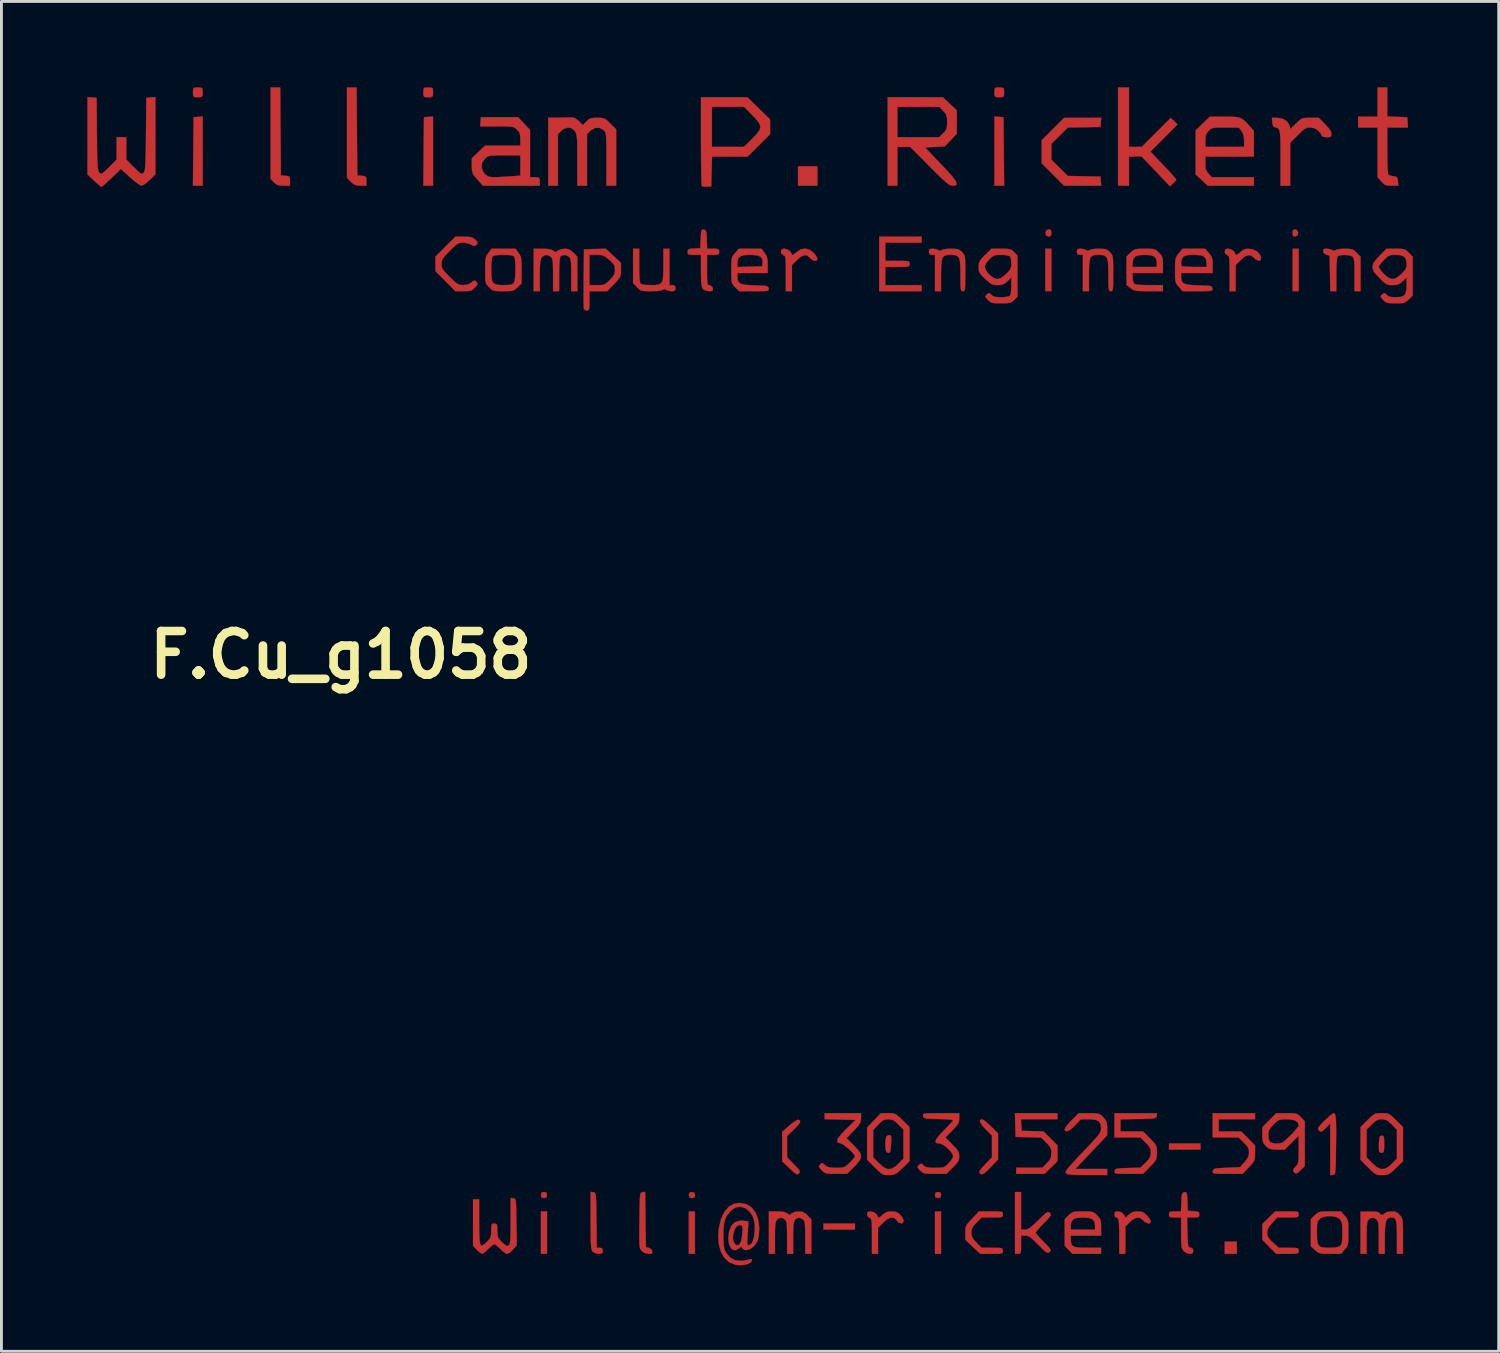
<source format=kicad_pcb>
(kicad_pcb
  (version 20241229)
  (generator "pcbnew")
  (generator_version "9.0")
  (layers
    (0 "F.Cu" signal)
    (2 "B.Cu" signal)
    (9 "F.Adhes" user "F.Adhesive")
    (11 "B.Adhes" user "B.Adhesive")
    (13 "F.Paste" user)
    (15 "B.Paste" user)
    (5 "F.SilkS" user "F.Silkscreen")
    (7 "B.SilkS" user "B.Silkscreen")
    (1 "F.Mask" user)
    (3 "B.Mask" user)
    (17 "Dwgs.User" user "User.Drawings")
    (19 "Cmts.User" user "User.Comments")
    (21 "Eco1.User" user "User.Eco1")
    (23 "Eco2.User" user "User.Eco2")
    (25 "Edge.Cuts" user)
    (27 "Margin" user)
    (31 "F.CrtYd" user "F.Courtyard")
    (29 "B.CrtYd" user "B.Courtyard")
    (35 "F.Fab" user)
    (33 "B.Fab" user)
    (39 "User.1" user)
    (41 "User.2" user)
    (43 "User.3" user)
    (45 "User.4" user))
  (footprint "F.Cu_g1058"
    (layer "F.Cu")
    (at 8.853 19.817)
    (property "Reference" "F.Cu_g1058" (at 0 0 0) (layer "F.SilkS") (effects (font (size 1.524 1.524) (thickness 0.3))))
    (attr through_hole)
    (fp_poly (pts (xy 7.197 20.913) (xy 6.985 20.913) (xy 6.985 19.431) (xy 7.197 19.431) (xy 7.197 20.913)) (stroke (width 0.01) (type solid)) (fill yes) (layer "F.Cu"))
    (fp_poly (pts (xy 12.361 20.913) (xy 12.15 20.913) (xy 12.15 19.431) (xy 12.361 19.431) (xy 12.361 20.913)) (stroke (width 0.01) (type solid)) (fill yes) (layer "F.Cu"))
    (fp_poly (pts (xy 16.637 -16.383) (xy 15.96 -16.383) (xy 15.96 -17.06) (xy 16.637 -17.06) (xy 16.637 -16.383)) (stroke (width 0.01) (type solid)) (fill yes) (layer "F.Cu"))
    (fp_poly (pts (xy 17.949 20.066) (xy 16.849 20.066) (xy 16.849 19.854) (xy 17.949 19.854) (xy 17.949 20.066)) (stroke (width 0.01) (type solid)) (fill yes) (layer "F.Cu"))
    (fp_poly (pts (xy 20.955 20.913) (xy 20.743 20.913) (xy 20.743 19.431) (xy 20.955 19.431) (xy 20.955 20.913)) (stroke (width 0.01) (type solid)) (fill yes) (layer "F.Cu"))
    (fp_poly (pts (xy 24.807 -12.7) (xy 24.596 -12.7) (xy 24.596 -14.182) (xy 24.807 -14.182) (xy 24.807 -12.7)) (stroke (width 0.01) (type solid)) (fill yes) (layer "F.Cu"))
    (fp_poly (pts (xy 30.014 17.272) (xy 28.914 17.272) (xy 28.914 17.06) (xy 30.014 17.06) (xy 30.014 17.272)) (stroke (width 0.01) (type solid)) (fill yes) (layer "F.Cu"))
    (fp_poly (pts (xy 31.284 20.913) (xy 30.861 20.913) (xy 30.861 20.489) (xy 31.284 20.489) (xy 31.284 20.913)) (stroke (width 0.01) (type solid)) (fill yes) (layer "F.Cu"))
    (fp_poly (pts (xy 33.443 -12.7) (xy 33.232 -12.7) (xy 33.232 -14.182) (xy 33.443 -14.182) (xy 33.443 -12.7)) (stroke (width 0.01) (type solid)) (fill yes) (layer "F.Cu"))
    (fp_poly (pts (xy -4.826 -16.383) (xy -5.166 -16.383) (xy -5.155 -17.579) (xy -5.144 -18.775) (xy -4.826 -18.801) (xy -4.826 -16.383)) (stroke (width 0.01) (type solid)) (fill yes) (layer "F.Cu"))
    (fp_poly (pts (xy 3.217 -16.383) (xy 2.877 -16.383) (xy 2.889 -17.579) (xy 2.9 -18.775) (xy 3.217 -18.801) (xy 3.217 -16.383)) (stroke (width 0.01) (type solid)) (fill yes) (layer "F.Cu"))
    (fp_poly (pts (xy 23.135 -18.775) (xy 23.146 -17.579) (xy 23.158 -16.383) (xy 22.818 -16.383) (xy 22.818 -18.801) (xy 23.135 -18.775)) (stroke (width 0.01) (type solid)) (fill yes) (layer "F.Cu"))
    (fp_poly (pts (xy 33.327 -14.851) (xy 33.402 -14.815) (xy 33.422 -14.732) (xy 33.399 -14.645) (xy 33.327 -14.613) (xy 33.26 -14.616) (xy 33.235 -14.666) (xy 33.232 -14.732) (xy 33.241 -14.824) (xy 33.28 -14.854) (xy 33.327 -14.851)) (stroke (width 0.01) (type solid)) (fill yes) (layer "F.Cu"))
    (fp_poly (pts (xy 24.784 -14.84) (xy 24.806 -14.767) (xy 24.807 -14.732) (xy 24.794 -14.639) (xy 24.745 -14.606) (xy 24.721 -14.605) (xy 24.64 -14.633) (xy 24.611 -14.668) (xy 24.604 -14.772) (xy 24.658 -14.843) (xy 24.721 -14.859) (xy 24.784 -14.84)) (stroke (width 0.01) (type solid)) (fill yes) (layer "F.Cu"))
    (fp_poly (pts (xy 7.171 18.771) (xy 7.196 18.84) (xy 7.197 18.86) (xy 7.179 18.94) (xy 7.11 18.965) (xy 7.091 18.965) (xy 7.01 18.948) (xy 6.985 18.879) (xy 6.985 18.86) (xy 7.002 18.779) (xy 7.071 18.754) (xy 7.091 18.754) (xy 7.171 18.771)) (stroke (width 0.01) (type solid)) (fill yes) (layer "F.Cu"))
    (fp_poly (pts (xy 12.336 18.771) (xy 12.361 18.84) (xy 12.361 18.86) (xy 12.344 18.94) (xy 12.275 18.965) (xy 12.255 18.965) (xy 12.175 18.948) (xy 12.15 18.879) (xy 12.15 18.86) (xy 12.167 18.779) (xy 12.236 18.754) (xy 12.255 18.754) (xy 12.336 18.771)) (stroke (width 0.01) (type solid)) (fill yes) (layer "F.Cu"))
    (fp_poly (pts (xy 20.93 18.771) (xy 20.955 18.84) (xy 20.955 18.86) (xy 20.938 18.94) (xy 20.869 18.965) (xy 20.849 18.965) (xy 20.769 18.948) (xy 20.744 18.879) (xy 20.743 18.86) (xy 20.761 18.779) (xy 20.83 18.754) (xy 20.849 18.754) (xy 20.93 18.771)) (stroke (width 0.01) (type solid)) (fill yes) (layer "F.Cu"))
    (fp_poly (pts (xy -4.887 -19.808) (xy -4.839 -19.779) (xy -4.826 -19.702) (xy -4.826 -19.643) (xy -4.83 -19.534) (xy -4.859 -19.486) (xy -4.936 -19.474) (xy -4.995 -19.473) (xy -5.104 -19.477) (xy -5.152 -19.506) (xy -5.164 -19.583) (xy -5.165 -19.643) (xy -5.161 -19.751) (xy -5.132 -19.799) (xy -5.055 -19.812) (xy -4.995 -19.812) (xy -4.887 -19.808)) (stroke (width 0.01) (type solid)) (fill yes) (layer "F.Cu"))
    (fp_poly (pts (xy -2.107 -18.277) (xy -2.095 -16.743) (xy -1.937 -16.73) (xy -1.834 -16.716) (xy -1.789 -16.68) (xy -1.778 -16.594) (xy -1.778 -16.55) (xy -1.778 -16.383) (xy -2.003 -16.383) (xy -2.148 -16.39) (xy -2.244 -16.421) (xy -2.327 -16.487) (xy -2.342 -16.502) (xy -2.455 -16.62) (xy -2.455 -19.812) (xy -2.118 -19.812) (xy -2.107 -18.277)) (stroke (width 0.01) (type solid)) (fill yes) (layer "F.Cu"))
    (fp_poly (pts (xy 0.56 -18.277) (xy 0.572 -16.743) (xy 0.73 -16.73) (xy 0.833 -16.716) (xy 0.878 -16.68) (xy 0.889 -16.594) (xy 0.889 -16.55) (xy 0.889 -16.383) (xy 0.686 -16.383) (xy 0.546 -16.393) (xy 0.448 -16.433) (xy 0.348 -16.521) (xy 0.347 -16.523) (xy 0.212 -16.662) (xy 0.212 -19.812) (xy 0.549 -19.812) (xy 0.56 -18.277)) (stroke (width 0.01) (type solid)) (fill yes) (layer "F.Cu"))
    (fp_poly (pts (xy 3.156 -19.808) (xy 3.205 -19.779) (xy 3.217 -19.702) (xy 3.217 -19.643) (xy 3.213 -19.534) (xy 3.185 -19.486) (xy 3.107 -19.474) (xy 3.048 -19.473) (xy 2.94 -19.477) (xy 2.891 -19.506) (xy 2.879 -19.583) (xy 2.879 -19.643) (xy 2.883 -19.751) (xy 2.911 -19.799) (xy 2.989 -19.812) (xy 3.048 -19.812) (xy 3.156 -19.808)) (stroke (width 0.01) (type solid)) (fill yes) (layer "F.Cu"))
    (fp_poly (pts (xy 23.095 -19.808) (xy 23.144 -19.779) (xy 23.156 -19.702) (xy 23.156 -19.643) (xy 23.152 -19.534) (xy 23.124 -19.486) (xy 23.046 -19.474) (xy 22.987 -19.473) (xy 22.879 -19.477) (xy 22.83 -19.506) (xy 22.818 -19.583) (xy 22.818 -19.643) (xy 22.822 -19.751) (xy 22.85 -19.799) (xy 22.928 -19.812) (xy 22.987 -19.812) (xy 23.095 -19.808)) (stroke (width 0.01) (type solid)) (fill yes) (layer "F.Cu"))
    (fp_poly (pts (xy 26.522 -18.436) (xy 25.95 -18.424) (xy 25.379 -18.413) (xy 24.807 -17.846) (xy 24.807 -17.291) (xy 25.093 -17.008) (xy 25.379 -16.724) (xy 25.95 -16.712) (xy 26.522 -16.701) (xy 26.548 -16.383) (xy 25.25 -16.383) (xy 24.859 -16.775) (xy 24.469 -17.168) (xy 24.469 -17.972) (xy 24.861 -18.363) (xy 25.253 -18.754) (xy 26.548 -18.754) (xy 26.522 -18.436)) (stroke (width 0.01) (type solid)) (fill yes) (layer "F.Cu"))
    (fp_poly (pts (xy 19.204 16.789) (xy 19.215 16.849) (xy 19.214 16.968) (xy 19.211 17.067) (xy 19.2 17.233) (xy 19.183 17.331) (xy 19.155 17.378) (xy 19.126 17.391) (xy 19.057 17.367) (xy 19.028 17.304) (xy 19.015 17.201) (xy 19.013 17.058) (xy 19.016 16.994) (xy 19.029 16.867) (xy 19.055 16.801) (xy 19.106 16.775) (xy 19.126 16.771) (xy 19.176 16.768) (xy 19.204 16.789)) (stroke (width 0.01) (type solid)) (fill yes) (layer "F.Cu"))
    (fp_poly (pts (xy 36.388 16.793) (xy 36.413 16.829) (xy 36.425 16.912) (xy 36.428 17.058) (xy 36.428 17.081) (xy 36.425 17.24) (xy 36.412 17.333) (xy 36.385 17.378) (xy 36.354 17.391) (xy 36.28 17.374) (xy 36.256 17.344) (xy 36.245 17.271) (xy 36.242 17.145) (xy 36.246 17.034) (xy 36.257 16.894) (xy 36.276 16.818) (xy 36.311 16.789) (xy 36.343 16.785) (xy 36.388 16.793)) (stroke (width 0.01) (type solid)) (fill yes) (layer "F.Cu"))
    (fp_poly (pts (xy 20.278 -14.393) (xy 19.008 -14.393) (xy 19.008 -13.758) (xy 19.431 -13.758) (xy 19.623 -13.758) (xy 19.746 -13.753) (xy 19.815 -13.741) (xy 19.846 -13.717) (xy 19.854 -13.678) (xy 19.854 -13.652) (xy 19.852 -13.604) (xy 19.834 -13.574) (xy 19.785 -13.556) (xy 19.689 -13.549) (xy 19.532 -13.547) (xy 19.431 -13.547) (xy 19.008 -13.547) (xy 19.008 -12.912) (xy 20.278 -12.912) (xy 20.278 -12.7) (xy 18.796 -12.7) (xy 18.796 -14.605) (xy 20.278 -14.605) (xy 20.278 -14.393)) (stroke (width 0.01) (type solid)) (fill yes) (layer "F.Cu"))
    (fp_poly (pts (xy 22.441 16.242) (xy 22.541 16.318) (xy 22.662 16.426) (xy 22.697 16.461) (xy 22.945 16.708) (xy 22.945 17.616) (xy 22.723 17.85) (xy 22.575 18.001) (xy 22.47 18.093) (xy 22.396 18.132) (xy 22.341 18.126) (xy 22.31 18.098) (xy 22.294 18.056) (xy 22.316 17.998) (xy 22.384 17.909) (xy 22.496 17.788) (xy 22.733 17.54) (xy 22.733 16.782) (xy 22.521 16.573) (xy 22.394 16.433) (xy 22.324 16.321) (xy 22.314 16.246) (xy 22.367 16.214) (xy 22.38 16.214) (xy 22.441 16.242)) (stroke (width 0.01) (type solid)) (fill yes) (layer "F.Cu"))
    (fp_poly (pts (xy 27.517 -17.738) (xy 27.962 -17.738) (xy 28.468 -18.245) (xy 28.974 -18.752) (xy 29.093 -18.638) (xy 29.212 -18.524) (xy 28.264 -17.574) (xy 28.716 -17.102) (xy 28.872 -16.938) (xy 29.004 -16.794) (xy 29.103 -16.682) (xy 29.159 -16.614) (xy 29.168 -16.599) (xy 29.14 -16.551) (xy 29.071 -16.477) (xy 29.058 -16.464) (xy 28.948 -16.362) (xy 28.455 -16.882) (xy 27.961 -17.402) (xy 27.517 -17.399) (xy 27.517 -16.383) (xy 27.136 -16.383) (xy 27.136 -19.812) (xy 27.517 -19.812) (xy 27.517 -17.738)) (stroke (width 0.01) (type solid)) (fill yes) (layer "F.Cu"))
    (fp_poly (pts (xy 15.982 16.229) (xy 16.033 16.265) (xy 16.032 16.321) (xy 15.974 16.407) (xy 15.856 16.532) (xy 15.812 16.575) (xy 15.579 16.799) (xy 15.579 17.545) (xy 15.821 17.789) (xy 15.939 17.912) (xy 16.005 17.991) (xy 16.027 18.042) (xy 16.013 18.081) (xy 15.993 18.103) (xy 15.955 18.133) (xy 15.912 18.133) (xy 15.85 18.094) (xy 15.754 18.01) (xy 15.666 17.928) (xy 15.409 17.682) (xy 15.409 16.65) (xy 15.665 16.428) (xy 15.806 16.314) (xy 15.916 16.245) (xy 15.981 16.229) (xy 15.982 16.229)) (stroke (width 0.01) (type solid)) (fill yes) (layer "F.Cu"))
    (fp_poly (pts (xy 8.816 18.761) (xy 8.847 18.767) (xy 8.87 18.783) (xy 8.887 18.818) (xy 8.899 18.883) (xy 8.908 18.988) (xy 8.914 19.144) (xy 8.918 19.362) (xy 8.922 19.651) (xy 8.923 19.738) (xy 8.934 20.701) (xy 9.039 20.701) (xy 9.119 20.719) (xy 9.144 20.788) (xy 9.144 20.807) (xy 9.132 20.88) (xy 9.08 20.908) (xy 9.002 20.913) (xy 8.871 20.887) (xy 8.791 20.835) (xy 8.768 20.801) (xy 8.751 20.749) (xy 8.739 20.667) (xy 8.73 20.544) (xy 8.724 20.372) (xy 8.722 20.138) (xy 8.721 19.833) (xy 8.721 19.753) (xy 8.721 18.748) (xy 8.816 18.761)) (stroke (width 0.01) (type solid)) (fill yes) (layer "F.Cu"))
    (fp_poly (pts (xy 10.635 19.712) (xy 10.647 20.676) (xy 10.753 20.701) (xy 10.846 20.757) (xy 10.872 20.819) (xy 10.869 20.883) (xy 10.822 20.909) (xy 10.742 20.913) (xy 10.584 20.875) (xy 10.505 20.814) (xy 10.476 20.779) (xy 10.453 20.74) (xy 10.437 20.685) (xy 10.427 20.603) (xy 10.421 20.483) (xy 10.419 20.312) (xy 10.42 20.081) (xy 10.423 19.777) (xy 10.424 19.745) (xy 10.428 19.435) (xy 10.432 19.198) (xy 10.437 19.026) (xy 10.444 18.908) (xy 10.455 18.833) (xy 10.471 18.79) (xy 10.493 18.77) (xy 10.521 18.763) (xy 10.53 18.761) (xy 10.624 18.748) (xy 10.635 19.712)) (stroke (width 0.01) (type solid)) (fill yes) (layer "F.Cu"))
    (fp_poly (pts (xy 25.019 16.214) (xy 23.744 16.214) (xy 23.757 16.415) (xy 23.77 16.616) (xy 24.151 16.628) (xy 24.532 16.64) (xy 24.776 16.881) (xy 25.019 17.121) (xy 25.019 17.677) (xy 24.795 17.898) (xy 24.572 18.119) (xy 23.58 18.119) (xy 23.58 17.907) (xy 24.494 17.907) (xy 24.651 17.746) (xy 24.747 17.636) (xy 24.794 17.539) (xy 24.807 17.418) (xy 24.807 17.395) (xy 24.8 17.278) (xy 24.766 17.188) (xy 24.692 17.094) (xy 24.627 17.028) (xy 24.448 16.852) (xy 24.003 16.84) (xy 23.558 16.828) (xy 23.546 16.415) (xy 23.534 16.002) (xy 25.019 16.002) (xy 25.019 16.214)) (stroke (width 0.01) (type solid)) (fill yes) (layer "F.Cu"))
    (fp_poly (pts (xy 36.534 -18.799) (xy 36.883 -18.787) (xy 37.232 -18.775) (xy 37.245 -18.595) (xy 37.258 -18.415) (xy 36.534 -18.415) (xy 36.534 -17.621) (xy 36.536 -17.368) (xy 36.541 -17.143) (xy 36.548 -16.961) (xy 36.557 -16.834) (xy 36.566 -16.778) (xy 36.627 -16.741) (xy 36.732 -16.716) (xy 36.746 -16.715) (xy 36.844 -16.698) (xy 36.888 -16.653) (xy 36.906 -16.555) (xy 36.907 -16.542) (xy 36.92 -16.383) (xy 36.689 -16.383) (xy 36.548 -16.388) (xy 36.457 -16.414) (xy 36.379 -16.475) (xy 36.326 -16.533) (xy 36.195 -16.682) (xy 36.195 -18.415) (xy 35.518 -18.415) (xy 35.518 -18.796) (xy 36.195 -18.796) (xy 36.195 -19.812) (xy 36.534 -19.812) (xy 36.534 -18.799)) (stroke (width 0.01) (type solid)) (fill yes) (layer "F.Cu"))
    (fp_poly (pts (xy 34.691 16.011) (xy 34.714 16.045) (xy 34.73 16.112) (xy 34.742 16.222) (xy 34.748 16.383) (xy 34.751 16.604) (xy 34.749 16.894) (xy 34.746 17.166) (xy 34.742 17.477) (xy 34.738 17.714) (xy 34.733 17.887) (xy 34.726 18.006) (xy 34.714 18.081) (xy 34.699 18.124) (xy 34.677 18.144) (xy 34.649 18.152) (xy 34.639 18.153) (xy 34.544 18.167) (xy 34.544 16.366) (xy 34.382 16.524) (xy 34.287 16.613) (xy 34.23 16.65) (xy 34.188 16.641) (xy 34.15 16.604) (xy 34.121 16.563) (xy 34.119 16.522) (xy 34.154 16.464) (xy 34.235 16.375) (xy 34.345 16.264) (xy 34.469 16.147) (xy 34.575 16.056) (xy 34.646 16.007) (xy 34.661 16.002) (xy 34.691 16.011)) (stroke (width 0.01) (type solid)) (fill yes) (layer "F.Cu"))
    (fp_poly (pts (xy 14.59 -19.085) (xy 14.986 -18.696) (xy 14.986 -18.18) (xy 14.201 -17.399) (xy 12.957 -17.399) (xy 12.945 -16.88) (xy 12.933 -16.362) (xy 12.783 -16.349) (xy 12.675 -16.349) (xy 12.607 -16.364) (xy 12.603 -16.367) (xy 12.596 -16.415) (xy 12.59 -16.538) (xy 12.584 -16.726) (xy 12.58 -16.97) (xy 12.576 -17.26) (xy 12.574 -17.586) (xy 12.573 -17.935) (xy 12.573 -19.135) (xy 12.954 -19.135) (xy 12.954 -17.738) (xy 14.074 -17.738) (xy 14.361 -18.022) (xy 14.521 -18.19) (xy 14.617 -18.322) (xy 14.648 -18.436) (xy 14.615 -18.551) (xy 14.517 -18.685) (xy 14.363 -18.848) (xy 14.078 -19.135) (xy 12.954 -19.135) (xy 12.573 -19.135) (xy 12.573 -19.473) (xy 14.193 -19.473) (xy 14.59 -19.085)) (stroke (width 0.01) (type solid)) (fill yes) (layer "F.Cu"))
    (fp_poly (pts (xy 27.954 19.443) (xy 28.055 19.49) (xy 28.143 19.571) (xy 28.225 19.67) (xy 28.273 19.757) (xy 28.279 19.782) (xy 28.25 19.842) (xy 28.178 19.852) (xy 28.09 19.815) (xy 28.017 19.748) (xy 27.905 19.657) (xy 27.777 19.65) (xy 27.634 19.725) (xy 27.546 19.803) (xy 27.39 19.964) (xy 27.39 20.913) (xy 27.178 20.913) (xy 27.178 20.345) (xy 27.176 20.082) (xy 27.17 19.893) (xy 27.158 19.766) (xy 27.138 19.69) (xy 27.107 19.652) (xy 27.068 19.643) (xy 27.022 19.606) (xy 27.009 19.537) (xy 27.022 19.461) (xy 27.081 19.433) (xy 27.135 19.431) (xy 27.26 19.464) (xy 27.331 19.539) (xy 27.402 19.647) (xy 27.515 19.539) (xy 27.622 19.463) (xy 27.752 19.433) (xy 27.818 19.431) (xy 27.954 19.443)) (stroke (width 0.01) (type solid)) (fill yes) (layer "F.Cu"))
    (fp_poly (pts (xy 16.386 -14.135) (xy 16.502 -14.042) (xy 16.584 -13.943) (xy 16.632 -13.856) (xy 16.637 -13.83) (xy 16.608 -13.771) (xy 16.537 -13.761) (xy 16.448 -13.797) (xy 16.375 -13.864) (xy 16.28 -13.948) (xy 16.175 -13.959) (xy 16.051 -13.897) (xy 15.93 -13.792) (xy 15.748 -13.614) (xy 15.748 -12.7) (xy 15.536 -12.7) (xy 15.536 -13.318) (xy 15.536 -13.559) (xy 15.532 -13.728) (xy 15.525 -13.839) (xy 15.512 -13.905) (xy 15.49 -13.94) (xy 15.46 -13.955) (xy 15.452 -13.958) (xy 15.381 -14.014) (xy 15.367 -14.081) (xy 15.383 -14.155) (xy 15.447 -14.18) (xy 15.487 -14.182) (xy 15.606 -14.151) (xy 15.703 -14.076) (xy 15.747 -13.98) (xy 15.748 -13.969) (xy 15.774 -13.959) (xy 15.842 -14.005) (xy 15.888 -14.046) (xy 16.052 -14.159) (xy 16.22 -14.188) (xy 16.386 -14.135)) (stroke (width 0.01) (type solid)) (fill yes) (layer "F.Cu"))
    (fp_poly (pts (xy 31.855 -14.153) (xy 31.995 -14.079) (xy 32.095 -13.974) (xy 32.131 -13.86) (xy 32.106 -13.779) (xy 32.039 -13.762) (xy 31.945 -13.809) (xy 31.883 -13.865) (xy 31.778 -13.947) (xy 31.671 -13.959) (xy 31.55 -13.901) (xy 31.424 -13.792) (xy 31.242 -13.614) (xy 31.242 -12.7) (xy 31.03 -12.7) (xy 31.03 -13.318) (xy 31.03 -13.559) (xy 31.026 -13.728) (xy 31.019 -13.839) (xy 31.006 -13.905) (xy 30.984 -13.94) (xy 30.954 -13.955) (xy 30.946 -13.958) (xy 30.875 -14.014) (xy 30.861 -14.081) (xy 30.877 -14.155) (xy 30.941 -14.18) (xy 30.981 -14.182) (xy 31.1 -14.151) (xy 31.197 -14.076) (xy 31.241 -13.98) (xy 31.242 -13.969) (xy 31.268 -13.959) (xy 31.336 -14.005) (xy 31.382 -14.046) (xy 31.497 -14.139) (xy 31.613 -14.177) (xy 31.696 -14.182) (xy 31.855 -14.153)) (stroke (width 0.01) (type solid)) (fill yes) (layer "F.Cu"))
    (fp_poly (pts (xy 19.365 19.444) (xy 19.466 19.492) (xy 19.525 19.547) (xy 19.619 19.669) (xy 19.651 19.768) (xy 19.619 19.831) (xy 19.575 19.846) (xy 19.477 19.819) (xy 19.415 19.751) (xy 19.319 19.659) (xy 19.2 19.647) (xy 19.059 19.715) (xy 18.935 19.821) (xy 18.754 19.999) (xy 18.754 20.913) (xy 18.542 20.913) (xy 18.542 20.295) (xy 18.541 20.054) (xy 18.538 19.885) (xy 18.531 19.774) (xy 18.517 19.707) (xy 18.496 19.673) (xy 18.465 19.657) (xy 18.457 19.655) (xy 18.386 19.598) (xy 18.373 19.532) (xy 18.388 19.458) (xy 18.453 19.432) (xy 18.493 19.431) (xy 18.612 19.461) (xy 18.708 19.537) (xy 18.753 19.633) (xy 18.754 19.644) (xy 18.779 19.653) (xy 18.847 19.608) (xy 18.893 19.566) (xy 19.005 19.476) (xy 19.116 19.437) (xy 19.224 19.431) (xy 19.365 19.444)) (stroke (width 0.01) (type solid)) (fill yes) (layer "F.Cu"))
    (fp_poly (pts (xy 31.919 16.214) (xy 30.649 16.214) (xy 30.649 16.637) (xy 31.435 16.637) (xy 31.677 16.882) (xy 31.919 17.126) (xy 31.919 17.392) (xy 31.917 17.531) (xy 31.901 17.627) (xy 31.859 17.709) (xy 31.78 17.805) (xy 31.702 17.888) (xy 31.484 18.119) (xy 30.958 18.119) (xy 30.739 18.118) (xy 30.592 18.115) (xy 30.503 18.107) (xy 30.457 18.091) (xy 30.443 18.065) (xy 30.445 18.026) (xy 30.445 18.023) (xy 30.456 17.982) (xy 30.484 17.953) (xy 30.544 17.935) (xy 30.651 17.922) (xy 30.821 17.912) (xy 30.926 17.907) (xy 31.393 17.886) (xy 31.55 17.711) (xy 31.65 17.586) (xy 31.697 17.477) (xy 31.708 17.371) (xy 31.697 17.263) (xy 31.656 17.172) (xy 31.568 17.068) (xy 31.526 17.027) (xy 31.345 16.849) (xy 30.438 16.849) (xy 30.438 16.002) (xy 31.919 16.002) (xy 31.919 16.214)) (stroke (width 0.01) (type solid)) (fill yes) (layer "F.Cu"))
    (fp_poly (pts (xy 10.414 -13.597) (xy 10.418 -13.319) (xy 10.428 -13.122) (xy 10.447 -13.002) (xy 10.465 -12.962) (xy 10.535 -12.935) (xy 10.669 -12.917) (xy 10.818 -12.912) (xy 10.98 -12.915) (xy 11.097 -12.931) (xy 11.175 -12.974) (xy 11.224 -13.054) (xy 11.249 -13.184) (xy 11.259 -13.375) (xy 11.261 -13.624) (xy 11.261 -14.182) (xy 11.472 -14.182) (xy 11.472 -12.912) (xy 11.578 -12.912) (xy 11.659 -12.894) (xy 11.684 -12.825) (xy 11.684 -12.806) (xy 11.672 -12.733) (xy 11.619 -12.704) (xy 11.544 -12.7) (xy 11.432 -12.715) (xy 11.355 -12.75) (xy 11.354 -12.751) (xy 11.296 -12.78) (xy 11.252 -12.751) (xy 11.18 -12.723) (xy 11.037 -12.706) (xy 10.837 -12.7) (xy 10.66 -12.701) (xy 10.544 -12.71) (xy 10.466 -12.732) (xy 10.404 -12.775) (xy 10.338 -12.84) (xy 10.202 -12.979) (xy 10.202 -14.182) (xy 10.414 -14.182) (xy 10.414 -13.597)) (stroke (width 0.01) (type solid)) (fill yes) (layer "F.Cu"))
    (fp_poly (pts (xy 33.221 19.432) (xy 33.341 19.436) (xy 33.407 19.449) (xy 33.436 19.474) (xy 33.443 19.516) (xy 33.443 19.537) (xy 33.44 19.587) (xy 33.42 19.618) (xy 33.366 19.635) (xy 33.262 19.641) (xy 33.092 19.643) (xy 33.068 19.643) (xy 32.692 19.643) (xy 32.517 19.832) (xy 32.411 19.96) (xy 32.358 20.064) (xy 32.343 20.173) (xy 32.343 20.178) (xy 32.353 20.276) (xy 32.393 20.36) (xy 32.479 20.457) (xy 32.543 20.517) (xy 32.743 20.701) (xy 33.093 20.701) (xy 33.265 20.702) (xy 33.368 20.709) (xy 33.421 20.726) (xy 33.441 20.759) (xy 33.443 20.807) (xy 33.44 20.856) (xy 33.421 20.887) (xy 33.369 20.904) (xy 33.269 20.911) (xy 33.104 20.913) (xy 33.05 20.913) (xy 32.658 20.913) (xy 32.415 20.668) (xy 32.173 20.423) (xy 32.173 19.873) (xy 32.397 19.652) (xy 32.62 19.431) (xy 33.032 19.431) (xy 33.221 19.432)) (stroke (width 0.01) (type solid)) (fill yes) (layer "F.Cu"))
    (fp_poly (pts (xy 35.207 -14.178) (xy 35.308 -14.162) (xy 35.382 -14.121) (xy 35.461 -14.048) (xy 35.467 -14.042) (xy 35.602 -13.902) (xy 35.602 -12.7) (xy 35.391 -12.7) (xy 35.391 -13.277) (xy 35.389 -13.514) (xy 35.384 -13.68) (xy 35.374 -13.79) (xy 35.357 -13.858) (xy 35.331 -13.899) (xy 35.317 -13.911) (xy 35.224 -13.948) (xy 35.09 -13.966) (xy 34.952 -13.963) (xy 34.842 -13.94) (xy 34.806 -13.919) (xy 34.783 -13.855) (xy 34.766 -13.714) (xy 34.758 -13.495) (xy 34.756 -13.284) (xy 34.756 -12.7) (xy 34.546 -12.7) (xy 34.535 -13.323) (xy 34.523 -13.945) (xy 34.417 -13.97) (xy 34.324 -14.026) (xy 34.298 -14.088) (xy 34.3 -14.152) (xy 34.349 -14.178) (xy 34.427 -14.182) (xy 34.54 -14.167) (xy 34.618 -14.133) (xy 34.62 -14.131) (xy 34.678 -14.102) (xy 34.722 -14.131) (xy 34.791 -14.159) (xy 34.921 -14.177) (xy 35.052 -14.182) (xy 35.207 -14.178)) (stroke (width 0.01) (type solid)) (fill yes) (layer "F.Cu"))
    (fp_poly (pts (xy 30.847 -18.794) (xy 31.086 -18.792) (xy 31.26 -18.78) (xy 31.388 -18.752) (xy 31.49 -18.702) (xy 31.585 -18.622) (xy 31.692 -18.507) (xy 31.704 -18.493) (xy 31.877 -18.296) (xy 31.877 -17.399) (xy 30.184 -17.399) (xy 30.184 -17.158) (xy 30.19 -17.006) (xy 30.218 -16.905) (xy 30.276 -16.821) (xy 30.297 -16.798) (xy 30.411 -16.679) (xy 31.877 -16.679) (xy 31.877 -16.383) (xy 30.265 -16.383) (xy 29.845 -16.776) (xy 29.845 -17.958) (xy 30.184 -17.958) (xy 30.184 -17.738) (xy 31.538 -17.738) (xy 31.538 -17.951) (xy 31.519 -18.135) (xy 31.456 -18.275) (xy 31.446 -18.29) (xy 31.353 -18.415) (xy 30.882 -18.415) (xy 30.676 -18.414) (xy 30.536 -18.409) (xy 30.445 -18.396) (xy 30.383 -18.371) (xy 30.332 -18.331) (xy 30.297 -18.296) (xy 30.225 -18.204) (xy 30.192 -18.1) (xy 30.184 -17.958) (xy 29.845 -17.958) (xy 29.845 -18.317) (xy 30.096 -18.557) (xy 30.347 -18.796) (xy 30.847 -18.794)) (stroke (width 0.01) (type solid)) (fill yes) (layer "F.Cu"))
    (fp_poly (pts (xy 19.237 16.004) (xy 19.328 16.019) (xy 19.406 16.058) (xy 19.496 16.133) (xy 19.61 16.244) (xy 19.854 16.486) (xy 19.854 17.682) (xy 19.603 17.922) (xy 19.476 18.041) (xy 19.384 18.112) (xy 19.304 18.147) (xy 19.212 18.16) (xy 19.131 18.161) (xy 19.022 18.158) (xy 18.941 18.142) (xy 18.865 18.101) (xy 18.773 18.022) (xy 18.643 17.895) (xy 18.373 17.625) (xy 18.373 16.593) (xy 18.584 16.593) (xy 18.584 17.544) (xy 18.784 17.747) (xy 18.948 17.889) (xy 19.092 17.953) (xy 19.229 17.941) (xy 19.374 17.852) (xy 19.465 17.768) (xy 19.643 17.586) (xy 19.643 16.577) (xy 19.465 16.395) (xy 19.352 16.29) (xy 19.262 16.235) (xy 19.164 16.215) (xy 19.11 16.214) (xy 19.002 16.222) (xy 18.916 16.257) (xy 18.825 16.334) (xy 18.759 16.403) (xy 18.584 16.593) (xy 18.373 16.593) (xy 18.373 16.504) (xy 18.612 16.253) (xy 18.851 16.002) (xy 19.108 16.002) (xy 19.237 16.004)) (stroke (width 0.01) (type solid)) (fill yes) (layer "F.Cu"))
    (fp_poly (pts (xy 20.055 -19.472) (xy 21.018 -19.471) (xy 21.262 -19.243) (xy 21.505 -19.015) (xy 21.505 -18.197) (xy 21.296 -17.978) (xy 21.088 -17.759) (xy 20.743 -17.738) (xy 20.398 -17.716) (xy 20.952 -17.138) (xy 21.172 -16.904) (xy 21.334 -16.722) (xy 21.441 -16.586) (xy 21.495 -16.49) (xy 21.5 -16.428) (xy 21.46 -16.394) (xy 21.377 -16.383) (xy 21.365 -16.383) (xy 21.313 -16.388) (xy 21.258 -16.41) (xy 21.189 -16.454) (xy 21.098 -16.528) (xy 20.976 -16.64) (xy 20.815 -16.796) (xy 20.607 -17.005) (xy 20.552 -17.06) (xy 19.879 -17.738) (xy 19.431 -17.738) (xy 19.431 -16.383) (xy 19.092 -16.383) (xy 19.092 -19.135) (xy 19.431 -19.135) (xy 19.431 -18.076) (xy 20.887 -18.076) (xy 21.027 -18.212) (xy 21.106 -18.297) (xy 21.148 -18.377) (xy 21.164 -18.484) (xy 21.167 -18.601) (xy 21.162 -18.752) (xy 21.139 -18.851) (xy 21.087 -18.934) (xy 21.031 -18.995) (xy 20.896 -19.135) (xy 19.431 -19.135) (xy 19.092 -19.135) (xy 19.092 -19.473) (xy 20.055 -19.472)) (stroke (width 0.01) (type solid)) (fill yes) (layer "F.Cu"))
    (fp_poly (pts (xy 22.887 19.432) (xy 23.009 19.436) (xy 23.076 19.449) (xy 23.106 19.473) (xy 23.114 19.514) (xy 23.114 19.537) (xy 23.111 19.588) (xy 23.09 19.619) (xy 23.036 19.635) (xy 22.931 19.642) (xy 22.758 19.643) (xy 22.745 19.643) (xy 22.376 19.643) (xy 22.195 19.821) (xy 22.089 19.934) (xy 22.034 20.026) (xy 22.014 20.124) (xy 22.013 20.168) (xy 22.024 20.279) (xy 22.065 20.373) (xy 22.153 20.48) (xy 22.191 20.519) (xy 22.37 20.701) (xy 22.742 20.701) (xy 22.92 20.702) (xy 23.029 20.708) (xy 23.087 20.723) (xy 23.11 20.753) (xy 23.114 20.801) (xy 23.114 20.807) (xy 23.111 20.856) (xy 23.092 20.887) (xy 23.04 20.904) (xy 22.939 20.911) (xy 22.774 20.913) (xy 22.722 20.913) (xy 22.329 20.913) (xy 22.065 20.668) (xy 21.802 20.423) (xy 21.802 20.178) (xy 21.804 20.054) (xy 21.82 19.965) (xy 21.861 19.885) (xy 21.94 19.79) (xy 22.041 19.682) (xy 22.28 19.431) (xy 22.697 19.431) (xy 22.887 19.432)) (stroke (width 0.01) (type solid)) (fill yes) (layer "F.Cu"))
    (fp_poly (pts (xy 26.089 19.432) (xy 26.204 19.441) (xy 26.281 19.464) (xy 26.344 19.508) (xy 26.408 19.571) (xy 26.481 19.654) (xy 26.522 19.731) (xy 26.539 19.833) (xy 26.543 19.988) (xy 26.543 19.994) (xy 26.543 20.278) (xy 25.485 20.278) (xy 25.486 20.415) (xy 25.494 20.53) (xy 25.525 20.609) (xy 25.592 20.659) (xy 25.706 20.687) (xy 25.883 20.699) (xy 26.071 20.701) (xy 26.543 20.701) (xy 26.543 20.913) (xy 25.544 20.913) (xy 25.408 20.773) (xy 25.273 20.633) (xy 25.273 19.924) (xy 25.485 19.924) (xy 25.485 20.066) (xy 26.331 20.066) (xy 26.331 19.932) (xy 26.311 19.794) (xy 26.244 19.706) (xy 26.118 19.658) (xy 25.923 19.643) (xy 25.915 19.643) (xy 25.713 19.656) (xy 25.581 19.701) (xy 25.508 19.785) (xy 25.485 19.914) (xy 25.485 19.924) (xy 25.273 19.924) (xy 25.273 19.702) (xy 25.413 19.566) (xy 25.485 19.5) (xy 25.551 19.46) (xy 25.634 19.44) (xy 25.759 19.432) (xy 25.912 19.431) (xy 26.089 19.432)) (stroke (width 0.01) (type solid)) (fill yes) (layer "F.Cu"))
    (fp_poly (pts (xy 36.47 16.004) (xy 36.559 16.019) (xy 36.637 16.059) (xy 36.728 16.136) (xy 36.839 16.244) (xy 37.084 16.486) (xy 37.084 17.682) (xy 36.833 17.922) (xy 36.706 18.04) (xy 36.614 18.111) (xy 36.534 18.147) (xy 36.442 18.16) (xy 36.356 18.161) (xy 36.245 18.158) (xy 36.162 18.143) (xy 36.086 18.102) (xy 35.996 18.024) (xy 35.868 17.898) (xy 35.866 17.895) (xy 35.602 17.63) (xy 35.602 16.577) (xy 35.814 16.577) (xy 35.814 17.544) (xy 36.013 17.747) (xy 36.177 17.889) (xy 36.321 17.953) (xy 36.459 17.941) (xy 36.604 17.852) (xy 36.694 17.768) (xy 36.872 17.586) (xy 36.872 16.577) (xy 36.694 16.395) (xy 36.581 16.289) (xy 36.491 16.234) (xy 36.392 16.215) (xy 36.343 16.214) (xy 36.233 16.223) (xy 36.143 16.262) (xy 36.043 16.345) (xy 35.992 16.395) (xy 35.814 16.577) (xy 35.602 16.577) (xy 35.602 16.486) (xy 35.847 16.244) (xy 35.97 16.125) (xy 36.058 16.053) (xy 36.136 16.016) (xy 36.229 16.004) (xy 36.343 16.002) (xy 36.47 16.004)) (stroke (width 0.01) (type solid)) (fill yes) (layer "F.Cu"))
    (fp_poly (pts (xy 7.222 -14.175) (xy 7.344 -14.152) (xy 7.416 -14.112) (xy 7.48 -14.065) (xy 7.533 -14.08) (xy 7.57 -14.112) (xy 7.67 -14.161) (xy 7.807 -14.182) (xy 7.816 -14.182) (xy 7.945 -14.166) (xy 8.049 -14.108) (xy 8.12 -14.042) (xy 8.255 -13.902) (xy 8.255 -12.7) (xy 8.043 -12.7) (xy 8.043 -13.265) (xy 8.042 -13.499) (xy 8.037 -13.663) (xy 8.026 -13.772) (xy 8.008 -13.841) (xy 7.98 -13.885) (xy 7.966 -13.9) (xy 7.852 -13.961) (xy 7.735 -13.958) (xy 7.671 -13.919) (xy 7.647 -13.855) (xy 7.631 -13.714) (xy 7.622 -13.495) (xy 7.62 -13.284) (xy 7.62 -12.7) (xy 7.408 -12.7) (xy 7.408 -13.265) (xy 7.407 -13.499) (xy 7.402 -13.663) (xy 7.391 -13.772) (xy 7.373 -13.841) (xy 7.345 -13.885) (xy 7.331 -13.9) (xy 7.212 -13.963) (xy 7.094 -13.949) (xy 7.009 -13.876) (xy 6.979 -13.814) (xy 6.96 -13.718) (xy 6.948 -13.572) (xy 6.943 -13.363) (xy 6.943 -13.241) (xy 6.943 -12.7) (xy 6.731 -12.7) (xy 6.731 -14.182) (xy 7.035 -14.182) (xy 7.222 -14.175)) (stroke (width 0.01) (type solid)) (fill yes) (layer "F.Cu"))
    (fp_poly (pts (xy 9.514 -13.936) (xy 9.779 -13.689) (xy 9.779 -13.446) (xy 9.776 -13.322) (xy 9.76 -13.233) (xy 9.719 -13.153) (xy 9.64 -13.058) (xy 9.54 -12.951) (xy 9.3 -12.7) (xy 8.678 -12.7) (xy 8.678 -12.361) (xy 8.677 -12.193) (xy 8.669 -12.092) (xy 8.65 -12.041) (xy 8.616 -12.024) (xy 8.592 -12.023) (xy 8.513 -12.046) (xy 8.486 -12.076) (xy 8.48 -12.132) (xy 8.477 -12.261) (xy 8.474 -12.449) (xy 8.474 -12.684) (xy 8.475 -12.912) (xy 8.678 -12.912) (xy 8.945 -12.912) (xy 9.094 -12.915) (xy 9.192 -12.934) (xy 9.273 -12.983) (xy 9.371 -13.074) (xy 9.389 -13.093) (xy 9.494 -13.209) (xy 9.548 -13.303) (xy 9.566 -13.404) (xy 9.567 -13.45) (xy 9.56 -13.554) (xy 9.528 -13.635) (xy 9.455 -13.718) (xy 9.366 -13.797) (xy 9.246 -13.894) (xy 9.15 -13.946) (xy 9.044 -13.966) (xy 8.922 -13.97) (xy 8.678 -13.97) (xy 8.678 -12.912) (xy 8.475 -12.912) (xy 8.475 -12.955) (xy 8.476 -13.145) (xy 8.488 -14.161) (xy 8.869 -14.172) (xy 9.25 -14.183) (xy 9.514 -13.936)) (stroke (width 0.01) (type solid)) (fill yes) (layer "F.Cu"))
    (fp_poly (pts (xy 28.483 16.097) (xy 28.474 16.134) (xy 28.453 16.16) (xy 28.406 16.178) (xy 28.319 16.189) (xy 28.181 16.196) (xy 27.977 16.202) (xy 27.845 16.204) (xy 27.22 16.216) (xy 27.22 16.637) (xy 28.006 16.637) (xy 28.248 16.882) (xy 28.368 17.005) (xy 28.44 17.093) (xy 28.476 17.171) (xy 28.489 17.264) (xy 28.49 17.378) (xy 28.488 17.504) (xy 28.473 17.594) (xy 28.433 17.672) (xy 28.357 17.763) (xy 28.248 17.874) (xy 28.006 18.119) (xy 27.504 18.119) (xy 27.292 18.118) (xy 27.151 18.115) (xy 27.066 18.106) (xy 27.025 18.088) (xy 27.013 18.06) (xy 27.016 18.023) (xy 27.027 17.981) (xy 27.055 17.953) (xy 27.115 17.935) (xy 27.224 17.925) (xy 27.396 17.918) (xy 27.474 17.916) (xy 27.919 17.904) (xy 28.099 17.727) (xy 28.204 17.615) (xy 28.259 17.524) (xy 28.278 17.424) (xy 28.279 17.378) (xy 28.269 17.268) (xy 28.231 17.177) (xy 28.147 17.077) (xy 28.097 17.027) (xy 27.916 16.849) (xy 27.009 16.849) (xy 27.009 16.002) (xy 28.496 16.002) (xy 28.483 16.097)) (stroke (width 0.01) (type solid)) (fill yes) (layer "F.Cu"))
    (fp_poly (pts (xy 15.412 19.439) (xy 15.531 19.467) (xy 15.586 19.501) (xy 15.65 19.548) (xy 15.703 19.533) (xy 15.741 19.501) (xy 15.84 19.452) (xy 15.977 19.431) (xy 15.986 19.431) (xy 16.115 19.446) (xy 16.22 19.505) (xy 16.29 19.571) (xy 16.425 19.71) (xy 16.425 20.913) (xy 16.214 20.913) (xy 16.214 20.348) (xy 16.212 20.114) (xy 16.207 19.95) (xy 16.196 19.841) (xy 16.178 19.772) (xy 16.151 19.727) (xy 16.136 19.713) (xy 16.024 19.649) (xy 15.92 19.669) (xy 15.86 19.72) (xy 15.831 19.767) (xy 15.811 19.84) (xy 15.798 19.954) (xy 15.792 20.124) (xy 15.79 20.355) (xy 15.79 20.913) (xy 15.579 20.913) (xy 15.579 20.348) (xy 15.577 20.114) (xy 15.572 19.95) (xy 15.561 19.841) (xy 15.543 19.772) (xy 15.516 19.727) (xy 15.501 19.713) (xy 15.389 19.649) (xy 15.285 19.669) (xy 15.225 19.72) (xy 15.196 19.767) (xy 15.176 19.84) (xy 15.163 19.954) (xy 15.157 20.124) (xy 15.155 20.355) (xy 15.155 20.913) (xy 14.944 20.913) (xy 14.944 19.431) (xy 15.226 19.431) (xy 15.412 19.439)) (stroke (width 0.01) (type solid)) (fill yes) (layer "F.Cu"))
    (fp_poly (pts (xy 12.67 -14.851) (xy 12.718 -14.837) (xy 12.747 -14.801) (xy 12.763 -14.723) (xy 12.773 -14.587) (xy 12.776 -14.51) (xy 12.788 -14.182) (xy 12.998 -14.182) (xy 13.123 -14.178) (xy 13.185 -14.16) (xy 13.206 -14.117) (xy 13.208 -14.076) (xy 13.201 -14.013) (xy 13.166 -13.982) (xy 13.081 -13.971) (xy 12.996 -13.97) (xy 12.785 -13.97) (xy 12.785 -13.444) (xy 12.785 -13.225) (xy 12.789 -13.077) (xy 12.798 -12.985) (xy 12.815 -12.935) (xy 12.842 -12.912) (xy 12.88 -12.904) (xy 12.966 -12.856) (xy 12.989 -12.795) (xy 12.986 -12.731) (xy 12.94 -12.704) (xy 12.858 -12.7) (xy 12.723 -12.725) (xy 12.643 -12.777) (xy 12.613 -12.824) (xy 12.593 -12.897) (xy 12.581 -13.012) (xy 12.575 -13.182) (xy 12.573 -13.412) (xy 12.573 -13.97) (xy 12.34 -13.97) (xy 12.207 -13.973) (xy 12.137 -13.987) (xy 12.111 -14.023) (xy 12.107 -14.074) (xy 12.115 -14.135) (xy 12.152 -14.168) (xy 12.239 -14.184) (xy 12.33 -14.19) (xy 12.552 -14.203) (xy 12.564 -14.534) (xy 12.572 -14.699) (xy 12.583 -14.797) (xy 12.604 -14.843) (xy 12.64 -14.854) (xy 12.67 -14.851)) (stroke (width 0.01) (type solid)) (fill yes) (layer "F.Cu"))
    (fp_poly (pts (xy 32.885 -18.722) (xy 33.031 -18.632) (xy 33.117 -18.495) (xy 33.124 -18.473) (xy 33.152 -18.36) (xy 33.352 -18.557) (xy 33.46 -18.66) (xy 33.541 -18.718) (xy 33.628 -18.746) (xy 33.75 -18.753) (xy 33.848 -18.754) (xy 34.145 -18.754) (xy 34.366 -18.53) (xy 34.499 -18.382) (xy 34.57 -18.268) (xy 34.586 -18.191) (xy 34.578 -18.117) (xy 34.538 -18.085) (xy 34.443 -18.076) (xy 34.417 -18.076) (xy 34.293 -18.089) (xy 34.248 -18.128) (xy 34.248 -18.132) (xy 34.219 -18.195) (xy 34.149 -18.281) (xy 34.129 -18.301) (xy 34.002 -18.389) (xy 33.849 -18.415) (xy 33.842 -18.415) (xy 33.753 -18.409) (xy 33.676 -18.382) (xy 33.591 -18.322) (xy 33.478 -18.217) (xy 33.41 -18.149) (xy 33.147 -17.884) (xy 33.147 -16.383) (xy 32.808 -16.383) (xy 32.808 -17.351) (xy 32.808 -17.674) (xy 32.805 -17.921) (xy 32.799 -18.105) (xy 32.786 -18.234) (xy 32.766 -18.32) (xy 32.737 -18.372) (xy 32.696 -18.401) (xy 32.642 -18.417) (xy 32.618 -18.421) (xy 32.556 -18.457) (xy 32.525 -18.547) (xy 32.52 -18.595) (xy 32.507 -18.754) (xy 32.694 -18.754) (xy 32.885 -18.722)) (stroke (width 0.01) (type solid)) (fill yes) (layer "F.Cu"))
    (fp_poly (pts (xy 28.248 -14.18) (xy 28.363 -14.171) (xy 28.44 -14.148) (xy 28.503 -14.105) (xy 28.567 -14.042) (xy 28.64 -13.959) (xy 28.681 -13.882) (xy 28.698 -13.78) (xy 28.702 -13.625) (xy 28.702 -13.619) (xy 28.702 -13.335) (xy 27.644 -13.335) (xy 27.644 -13.174) (xy 27.656 -13.056) (xy 27.687 -12.971) (xy 27.694 -12.962) (xy 27.767 -12.936) (xy 27.922 -12.919) (xy 28.158 -12.912) (xy 28.224 -12.912) (xy 28.702 -12.912) (xy 28.702 -12.7) (xy 28.205 -12.7) (xy 27.99 -12.702) (xy 27.841 -12.707) (xy 27.74 -12.721) (xy 27.668 -12.744) (xy 27.606 -12.782) (xy 27.57 -12.809) (xy 27.432 -12.918) (xy 27.432 -13.688) (xy 27.644 -13.688) (xy 27.644 -13.547) (xy 28.49 -13.547) (xy 28.49 -13.681) (xy 28.47 -13.818) (xy 28.403 -13.907) (xy 28.277 -13.955) (xy 28.082 -13.97) (xy 28.074 -13.97) (xy 27.872 -13.957) (xy 27.74 -13.912) (xy 27.667 -13.828) (xy 27.644 -13.699) (xy 27.644 -13.688) (xy 27.432 -13.688) (xy 27.432 -13.911) (xy 27.572 -14.046) (xy 27.644 -14.112) (xy 27.71 -14.152) (xy 27.793 -14.173) (xy 27.918 -14.181) (xy 28.071 -14.182) (xy 28.248 -14.18)) (stroke (width 0.01) (type solid)) (fill yes) (layer "F.Cu"))
    (fp_poly (pts (xy 29.527 18.784) (xy 29.544 18.849) (xy 29.553 18.972) (xy 29.557 19.079) (xy 29.57 19.41) (xy 29.771 19.423) (xy 29.893 19.435) (xy 29.952 19.46) (xy 29.971 19.51) (xy 29.972 19.539) (xy 29.965 19.6) (xy 29.929 19.631) (xy 29.843 19.642) (xy 29.759 19.643) (xy 29.546 19.643) (xy 29.558 20.161) (xy 29.564 20.378) (xy 29.571 20.525) (xy 29.582 20.615) (xy 29.601 20.664) (xy 29.63 20.686) (xy 29.665 20.693) (xy 29.741 20.731) (xy 29.76 20.81) (xy 29.745 20.885) (xy 29.682 20.911) (xy 29.641 20.913) (xy 29.514 20.878) (xy 29.429 20.815) (xy 29.391 20.767) (xy 29.365 20.711) (xy 29.349 20.629) (xy 29.34 20.505) (xy 29.337 20.322) (xy 29.337 20.18) (xy 29.337 19.643) (xy 29.125 19.643) (xy 29 19.639) (xy 28.937 19.622) (xy 28.916 19.579) (xy 28.914 19.537) (xy 28.921 19.474) (xy 28.956 19.443) (xy 29.041 19.432) (xy 29.124 19.431) (xy 29.333 19.431) (xy 29.346 19.103) (xy 29.354 18.937) (xy 29.367 18.837) (xy 29.39 18.786) (xy 29.43 18.766) (xy 29.452 18.762) (xy 29.499 18.76) (xy 29.527 18.784)) (stroke (width 0.01) (type solid)) (fill yes) (layer "F.Cu"))
    (fp_poly (pts (xy 23.749 20.066) (xy 23.886 20.066) (xy 23.958 20.056) (xy 24.034 20.021) (xy 24.13 19.948) (xy 24.259 19.829) (xy 24.351 19.739) (xy 24.496 19.597) (xy 24.594 19.507) (xy 24.659 19.461) (xy 24.702 19.452) (xy 24.738 19.471) (xy 24.753 19.485) (xy 24.783 19.523) (xy 24.786 19.563) (xy 24.754 19.619) (xy 24.678 19.705) (xy 24.55 19.836) (xy 24.541 19.845) (xy 24.419 19.973) (xy 24.322 20.08) (xy 24.266 20.153) (xy 24.257 20.172) (xy 24.285 20.218) (xy 24.361 20.307) (xy 24.47 20.425) (xy 24.541 20.498) (xy 24.672 20.631) (xy 24.75 20.719) (xy 24.783 20.774) (xy 24.78 20.811) (xy 24.748 20.843) (xy 24.742 20.848) (xy 24.701 20.873) (xy 24.658 20.872) (xy 24.601 20.837) (xy 24.515 20.76) (xy 24.387 20.632) (xy 24.351 20.595) (xy 24.206 20.449) (xy 24.102 20.355) (xy 24.021 20.303) (xy 23.949 20.281) (xy 23.896 20.278) (xy 23.749 20.278) (xy 23.749 20.595) (xy 23.748 20.757) (xy 23.74 20.851) (xy 23.719 20.897) (xy 23.68 20.912) (xy 23.643 20.913) (xy 23.537 20.913) (xy 23.537 18.754) (xy 23.749 18.754) (xy 23.749 20.066)) (stroke (width 0.01) (type solid)) (fill yes) (layer "F.Cu"))
    (fp_poly (pts (xy 26.3 16.003) (xy 26.415 16.012) (xy 26.492 16.035) (xy 26.555 16.078) (xy 26.619 16.142) (xy 26.698 16.233) (xy 26.739 16.319) (xy 26.753 16.436) (xy 26.755 16.528) (xy 26.755 16.774) (xy 26.199 17.362) (xy 25.644 17.949) (xy 26.755 17.949) (xy 26.755 18.161) (xy 26.061 18.161) (xy 25.794 18.16) (xy 25.599 18.155) (xy 25.464 18.146) (xy 25.379 18.132) (xy 25.33 18.111) (xy 25.315 18.097) (xy 25.305 18.068) (xy 25.32 18.023) (xy 25.364 17.954) (xy 25.446 17.854) (xy 25.57 17.715) (xy 25.743 17.529) (xy 25.903 17.361) (xy 26.113 17.14) (xy 26.271 16.97) (xy 26.385 16.841) (xy 26.462 16.746) (xy 26.509 16.673) (xy 26.533 16.613) (xy 26.542 16.557) (xy 26.543 16.521) (xy 26.526 16.379) (xy 26.467 16.286) (xy 26.353 16.234) (xy 26.172 16.214) (xy 26.112 16.214) (xy 25.835 16.214) (xy 25.637 16.425) (xy 25.504 16.55) (xy 25.393 16.621) (xy 25.313 16.635) (xy 25.275 16.586) (xy 25.273 16.562) (xy 25.302 16.498) (xy 25.378 16.396) (xy 25.486 16.276) (xy 25.518 16.244) (xy 25.762 16.002) (xy 26.123 16.002) (xy 26.3 16.003)) (stroke (width 0.01) (type solid)) (fill yes) (layer "F.Cu"))
    (fp_poly (pts (xy 4.45 -14.6) (xy 4.559 -14.58) (xy 4.642 -14.537) (xy 4.686 -14.502) (xy 4.761 -14.431) (xy 4.777 -14.384) (xy 4.742 -14.335) (xy 4.733 -14.326) (xy 4.676 -14.279) (xy 4.622 -14.284) (xy 4.555 -14.323) (xy 4.443 -14.368) (xy 4.301 -14.392) (xy 4.265 -14.393) (xy 4.175 -14.389) (xy 4.1 -14.367) (xy 4.022 -14.317) (xy 3.921 -14.228) (xy 3.798 -14.107) (xy 3.664 -13.967) (xy 3.58 -13.868) (xy 3.534 -13.789) (xy 3.516 -13.712) (xy 3.514 -13.65) (xy 3.519 -13.565) (xy 3.544 -13.49) (xy 3.6 -13.408) (xy 3.697 -13.3) (xy 3.8 -13.196) (xy 3.938 -13.063) (xy 4.036 -12.979) (xy 4.114 -12.934) (xy 4.19 -12.915) (xy 4.274 -12.912) (xy 4.437 -12.932) (xy 4.554 -13) (xy 4.56 -13.005) (xy 4.632 -13.065) (xy 4.68 -13.068) (xy 4.73 -13.026) (xy 4.77 -12.976) (xy 4.765 -12.929) (xy 4.707 -12.858) (xy 4.678 -12.828) (xy 4.604 -12.758) (xy 4.53 -12.719) (xy 4.427 -12.703) (xy 4.277 -12.7) (xy 3.999 -12.7) (xy 3.65 -13.05) (xy 3.302 -13.4) (xy 3.302 -13.908) (xy 3.652 -14.257) (xy 4.002 -14.605) (xy 4.285 -14.605) (xy 4.45 -14.6)) (stroke (width 0.01) (type solid)) (fill yes) (layer "F.Cu"))
    (fp_poly (pts (xy 8.07 -18.767) (xy 8.166 -18.746) (xy 8.248 -18.692) (xy 8.308 -18.637) (xy 8.45 -18.499) (xy 8.572 -18.626) (xy 8.651 -18.699) (xy 8.729 -18.737) (xy 8.84 -18.752) (xy 8.952 -18.754) (xy 9.093 -18.751) (xy 9.189 -18.732) (xy 9.269 -18.685) (xy 9.366 -18.595) (xy 9.41 -18.551) (xy 9.61 -18.349) (xy 9.61 -16.383) (xy 9.271 -16.383) (xy 9.271 -17.307) (xy 9.271 -17.609) (xy 9.269 -17.839) (xy 9.265 -18.006) (xy 9.258 -18.124) (xy 9.246 -18.203) (xy 9.229 -18.255) (xy 9.204 -18.291) (xy 9.173 -18.323) (xy 9.035 -18.402) (xy 8.885 -18.402) (xy 8.737 -18.323) (xy 8.712 -18.301) (xy 8.594 -18.187) (xy 8.594 -16.383) (xy 8.255 -16.383) (xy 8.255 -17.276) (xy 8.255 -17.575) (xy 8.252 -17.802) (xy 8.247 -17.968) (xy 8.239 -18.086) (xy 8.225 -18.169) (xy 8.206 -18.227) (xy 8.18 -18.274) (xy 8.167 -18.292) (xy 8.053 -18.392) (xy 7.917 -18.416) (xy 7.772 -18.361) (xy 7.696 -18.301) (xy 7.578 -18.187) (xy 7.578 -16.383) (xy 7.239 -16.383) (xy 7.239 -18.759) (xy 7.461 -18.759) (xy 7.641 -18.761) (xy 7.841 -18.765) (xy 7.925 -18.768) (xy 8.07 -18.767)) (stroke (width 0.01) (type solid)) (fill yes) (layer "F.Cu"))
    (fp_poly (pts (xy 21.451 -14.178) (xy 21.552 -14.161) (xy 21.625 -14.122) (xy 21.688 -14.063) (xy 21.732 -14.014) (xy 21.763 -13.966) (xy 21.783 -13.903) (xy 21.795 -13.81) (xy 21.8 -13.672) (xy 21.802 -13.473) (xy 21.802 -13.322) (xy 21.801 -13.081) (xy 21.798 -12.912) (xy 21.791 -12.802) (xy 21.779 -12.738) (xy 21.758 -12.709) (xy 21.729 -12.7) (xy 21.717 -12.7) (xy 21.683 -12.705) (xy 21.659 -12.727) (xy 21.645 -12.781) (xy 21.636 -12.88) (xy 21.633 -13.036) (xy 21.632 -13.264) (xy 21.632 -13.265) (xy 21.63 -13.525) (xy 21.618 -13.711) (xy 21.592 -13.837) (xy 21.544 -13.914) (xy 21.471 -13.954) (xy 21.365 -13.969) (xy 21.286 -13.97) (xy 21.165 -13.964) (xy 21.077 -13.939) (xy 21.018 -13.883) (xy 20.981 -13.784) (xy 20.963 -13.63) (xy 20.956 -13.41) (xy 20.955 -13.258) (xy 20.955 -12.7) (xy 20.743 -12.7) (xy 20.743 -13.97) (xy 20.637 -13.97) (xy 20.557 -13.987) (xy 20.532 -14.056) (xy 20.532 -14.076) (xy 20.544 -14.149) (xy 20.597 -14.178) (xy 20.671 -14.182) (xy 20.784 -14.167) (xy 20.861 -14.132) (xy 20.862 -14.131) (xy 20.919 -14.102) (xy 20.963 -14.131) (xy 21.033 -14.159) (xy 21.162 -14.177) (xy 21.294 -14.182) (xy 21.451 -14.178)) (stroke (width 0.01) (type solid)) (fill yes) (layer "F.Cu"))
    (fp_poly (pts (xy 26.616 -14.178) (xy 26.717 -14.161) (xy 26.79 -14.122) (xy 26.853 -14.063) (xy 26.897 -14.014) (xy 26.928 -13.966) (xy 26.948 -13.903) (xy 26.959 -13.81) (xy 26.965 -13.672) (xy 26.966 -13.473) (xy 26.966 -13.322) (xy 26.966 -13.081) (xy 26.963 -12.912) (xy 26.956 -12.802) (xy 26.943 -12.738) (xy 26.923 -12.709) (xy 26.894 -12.7) (xy 26.882 -12.7) (xy 26.847 -12.705) (xy 26.824 -12.727) (xy 26.809 -12.781) (xy 26.801 -12.88) (xy 26.798 -13.036) (xy 26.797 -13.264) (xy 26.797 -13.265) (xy 26.794 -13.525) (xy 26.783 -13.711) (xy 26.756 -13.837) (xy 26.709 -13.914) (xy 26.635 -13.954) (xy 26.529 -13.969) (xy 26.451 -13.97) (xy 26.329 -13.964) (xy 26.242 -13.939) (xy 26.182 -13.883) (xy 26.146 -13.784) (xy 26.127 -13.63) (xy 26.12 -13.41) (xy 26.12 -13.258) (xy 26.12 -12.7) (xy 25.908 -12.7) (xy 25.908 -13.97) (xy 25.802 -13.97) (xy 25.722 -13.987) (xy 25.697 -14.056) (xy 25.696 -14.076) (xy 25.708 -14.149) (xy 25.761 -14.178) (xy 25.836 -14.182) (xy 25.948 -14.167) (xy 26.025 -14.132) (xy 26.027 -14.131) (xy 26.084 -14.102) (xy 26.128 -14.131) (xy 26.198 -14.159) (xy 26.327 -14.177) (xy 26.459 -14.182) (xy 26.616 -14.178)) (stroke (width 0.01) (type solid)) (fill yes) (layer "F.Cu"))
    (fp_poly (pts (xy 36.816 19.443) (xy 36.909 19.493) (xy 36.974 19.561) (xy 37.017 19.616) (xy 37.047 19.67) (xy 37.067 19.739) (xy 37.078 19.84) (xy 37.083 19.988) (xy 37.084 20.199) (xy 37.084 20.302) (xy 37.084 20.913) (xy 36.872 20.913) (xy 36.872 20.328) (xy 36.87 20.072) (xy 36.862 19.888) (xy 36.843 19.765) (xy 36.812 19.691) (xy 36.764 19.654) (xy 36.697 19.643) (xy 36.68 19.643) (xy 36.594 19.654) (xy 36.532 19.696) (xy 36.49 19.779) (xy 36.464 19.915) (xy 36.452 20.114) (xy 36.449 20.355) (xy 36.449 20.913) (xy 36.237 20.913) (xy 36.237 20.348) (xy 36.236 20.114) (xy 36.231 19.95) (xy 36.22 19.841) (xy 36.202 19.772) (xy 36.174 19.727) (xy 36.16 19.713) (xy 36.048 19.649) (xy 35.943 19.669) (xy 35.884 19.72) (xy 35.854 19.767) (xy 35.834 19.84) (xy 35.822 19.954) (xy 35.816 20.124) (xy 35.814 20.355) (xy 35.814 20.913) (xy 35.602 20.913) (xy 35.602 19.439) (xy 35.921 19.436) (xy 36.096 19.438) (xy 36.202 19.451) (xy 36.254 19.478) (xy 36.265 19.495) (xy 36.32 19.552) (xy 36.398 19.539) (xy 36.449 19.494) (xy 36.531 19.45) (xy 36.668 19.431) (xy 36.683 19.431) (xy 36.816 19.443)) (stroke (width 0.01) (type solid)) (fill yes) (layer "F.Cu"))
    (fp_poly (pts (xy -6.477 -16.782) (xy -6.68 -16.582) (xy -6.795 -16.481) (xy -6.899 -16.409) (xy -6.965 -16.385) (xy -7.03 -16.413) (xy -7.139 -16.488) (xy -7.273 -16.596) (xy -7.366 -16.678) (xy -7.683 -16.97) (xy -8.006 -16.655) (xy -8.141 -16.527) (xy -8.254 -16.423) (xy -8.332 -16.358) (xy -8.359 -16.341) (xy -8.401 -16.368) (xy -8.487 -16.439) (xy -8.599 -16.541) (xy -8.617 -16.558) (xy -8.848 -16.776) (xy -8.848 -19.478) (xy -8.53 -19.452) (xy -8.519 -18.185) (xy -8.515 -17.819) (xy -8.511 -17.528) (xy -8.506 -17.303) (xy -8.498 -17.135) (xy -8.489 -17.015) (xy -8.477 -16.932) (xy -8.461 -16.879) (xy -8.442 -16.845) (xy -8.437 -16.839) (xy -8.4 -16.805) (xy -8.362 -16.799) (xy -8.307 -16.83) (xy -8.222 -16.905) (xy -8.099 -17.026) (xy -7.832 -17.291) (xy -7.832 -18.076) (xy -7.493 -18.076) (xy -7.493 -17.291) (xy -7.226 -17.026) (xy -7.098 -16.901) (xy -7.014 -16.828) (xy -6.961 -16.799) (xy -6.923 -16.806) (xy -6.888 -16.839) (xy -6.867 -16.87) (xy -6.851 -16.918) (xy -6.838 -16.994) (xy -6.828 -17.105) (xy -6.82 -17.262) (xy -6.815 -17.473) (xy -6.81 -17.749) (xy -6.807 -18.098) (xy -6.806 -18.185) (xy -6.795 -19.452) (xy -6.477 -19.478) (xy -6.477 -16.782)) (stroke (width 0.01) (type solid)) (fill yes) (layer "F.Cu"))
    (fp_poly (pts (xy 18.161 16.175) (xy 18.155 16.267) (xy 18.127 16.348) (xy 18.067 16.437) (xy 17.962 16.555) (xy 17.908 16.611) (xy 17.655 16.875) (xy 17.908 17.125) (xy 18.061 17.288) (xy 18.145 17.418) (xy 18.162 17.535) (xy 18.111 17.656) (xy 17.993 17.799) (xy 17.916 17.877) (xy 17.672 18.119) (xy 17.289 18.119) (xy 17.106 18.117) (xy 16.986 18.109) (xy 16.907 18.089) (xy 16.847 18.052) (xy 16.785 17.992) (xy 16.785 17.991) (xy 16.71 17.908) (xy 16.69 17.856) (xy 16.717 17.81) (xy 16.733 17.792) (xy 16.788 17.748) (xy 16.837 17.757) (xy 16.903 17.814) (xy 16.974 17.866) (xy 17.062 17.894) (xy 17.195 17.906) (xy 17.294 17.907) (xy 17.451 17.905) (xy 17.554 17.889) (xy 17.633 17.85) (xy 17.721 17.775) (xy 17.768 17.729) (xy 17.865 17.627) (xy 17.931 17.544) (xy 17.949 17.505) (xy 17.918 17.442) (xy 17.837 17.35) (xy 17.728 17.246) (xy 17.61 17.15) (xy 17.506 17.079) (xy 17.442 17.053) (xy 17.352 17.025) (xy 17.323 16.969) (xy 17.356 16.88) (xy 17.454 16.752) (xy 17.617 16.581) (xy 17.639 16.559) (xy 17.971 16.235) (xy 17.431 16.223) (xy 16.891 16.211) (xy 16.891 16.002) (xy 18.161 16.002) (xy 18.161 16.175)) (stroke (width 0.01) (type solid)) (fill yes) (layer "F.Cu"))
    (fp_poly (pts (xy 6.395 -18.556) (xy 6.604 -18.337) (xy 6.604 -16.679) (xy 6.773 -16.679) (xy 6.882 -16.675) (xy 6.93 -16.647) (xy 6.942 -16.575) (xy 6.943 -16.531) (xy 6.943 -16.383) (xy 4.961 -16.383) (xy 4.766 -16.599) (xy 4.663 -16.719) (xy 4.605 -16.809) (xy 4.579 -16.902) (xy 4.572 -17.023) (xy 4.91 -17.023) (xy 4.97 -16.865) (xy 5.024 -16.798) (xy 5.08 -16.746) (xy 5.14 -16.71) (xy 5.219 -16.689) (xy 5.331 -16.68) (xy 5.491 -16.683) (xy 5.712 -16.695) (xy 5.878 -16.707) (xy 6.265 -16.734) (xy 6.265 -17.441) (xy 5.707 -17.441) (xy 5.479 -17.441) (xy 5.32 -17.437) (xy 5.213 -17.427) (xy 5.141 -17.409) (xy 5.089 -17.38) (xy 5.039 -17.336) (xy 5.029 -17.328) (xy 4.93 -17.182) (xy 4.91 -17.023) (xy 4.572 -17.023) (xy 4.572 -17.029) (xy 4.572 -17.08) (xy 4.572 -17.344) (xy 4.802 -17.562) (xy 5.033 -17.78) (xy 6.265 -17.78) (xy 6.265 -18.005) (xy 6.258 -18.15) (xy 6.228 -18.246) (xy 6.162 -18.329) (xy 6.147 -18.344) (xy 6.096 -18.389) (xy 6.047 -18.42) (xy 5.981 -18.44) (xy 5.883 -18.451) (xy 5.738 -18.456) (xy 5.53 -18.457) (xy 5.446 -18.457) (xy 4.863 -18.457) (xy 4.889 -18.775) (xy 6.186 -18.775) (xy 6.395 -18.556)) (stroke (width 0.01) (type solid)) (fill yes) (layer "F.Cu"))
    (fp_poly (pts (xy 14.793 -14.04) (xy 14.855 -13.945) (xy 14.888 -13.844) (xy 14.9 -13.705) (xy 14.901 -13.617) (xy 14.901 -13.335) (xy 13.843 -13.335) (xy 13.843 -13.193) (xy 13.853 -13.085) (xy 13.893 -13.007) (xy 13.973 -12.956) (xy 14.107 -12.925) (xy 14.306 -12.908) (xy 14.458 -12.903) (xy 14.662 -12.896) (xy 14.796 -12.888) (xy 14.875 -12.875) (xy 14.916 -12.852) (xy 14.932 -12.818) (xy 14.936 -12.795) (xy 14.939 -12.756) (xy 14.925 -12.729) (xy 14.882 -12.712) (xy 14.795 -12.704) (xy 14.65 -12.701) (xy 14.435 -12.7) (xy 13.902 -12.7) (xy 13.767 -12.84) (xy 13.707 -12.904) (xy 13.668 -12.962) (xy 13.645 -13.033) (xy 13.635 -13.137) (xy 13.632 -13.293) (xy 13.631 -13.431) (xy 13.632 -13.632) (xy 13.635 -13.687) (xy 13.843 -13.687) (xy 13.843 -13.544) (xy 14.277 -13.556) (xy 14.711 -13.568) (xy 14.725 -13.688) (xy 14.717 -13.817) (xy 14.653 -13.903) (xy 14.525 -13.952) (xy 14.326 -13.97) (xy 14.295 -13.97) (xy 14.088 -13.958) (xy 13.951 -13.919) (xy 13.874 -13.844) (xy 13.844 -13.726) (xy 13.843 -13.687) (xy 13.635 -13.687) (xy 13.638 -13.768) (xy 13.653 -13.861) (xy 13.681 -13.928) (xy 13.728 -13.991) (xy 13.763 -14.032) (xy 13.894 -14.182) (xy 14.685 -14.182) (xy 14.793 -14.04)) (stroke (width 0.01) (type solid)) (fill yes) (layer "F.Cu"))
    (fp_poly (pts (xy 35.048 19.581) (xy 35.106 19.651) (xy 35.144 19.714) (xy 35.166 19.792) (xy 35.176 19.903) (xy 35.179 20.068) (xy 35.179 20.172) (xy 35.178 20.371) (xy 35.172 20.505) (xy 35.156 20.596) (xy 35.127 20.663) (xy 35.078 20.728) (xy 35.048 20.763) (xy 34.916 20.913) (xy 34.541 20.913) (xy 34.359 20.911) (xy 34.238 20.902) (xy 34.155 20.88) (xy 34.085 20.839) (xy 34.016 20.781) (xy 33.867 20.65) (xy 33.867 20.165) (xy 34.078 20.165) (xy 34.083 20.387) (xy 34.105 20.537) (xy 34.154 20.63) (xy 34.243 20.679) (xy 34.381 20.698) (xy 34.515 20.701) (xy 34.702 20.694) (xy 34.823 20.669) (xy 34.89 20.631) (xy 34.928 20.582) (xy 34.952 20.507) (xy 34.964 20.388) (xy 34.967 20.205) (xy 34.967 20.179) (xy 34.965 19.99) (xy 34.955 19.865) (xy 34.933 19.782) (xy 34.896 19.722) (xy 34.875 19.698) (xy 34.76 19.629) (xy 34.6 19.596) (xy 34.425 19.598) (xy 34.267 19.637) (xy 34.176 19.692) (xy 34.129 19.745) (xy 34.1 19.808) (xy 34.085 19.902) (xy 34.079 20.047) (xy 34.078 20.165) (xy 33.867 20.165) (xy 33.867 19.702) (xy 34.006 19.566) (xy 34.076 19.502) (xy 34.14 19.462) (xy 34.219 19.441) (xy 34.337 19.433) (xy 34.515 19.431) (xy 34.531 19.431) (xy 34.916 19.431) (xy 35.048 19.581)) (stroke (width 0.01) (type solid)) (fill yes) (layer "F.Cu"))
    (fp_poly (pts (xy 30.306 -14.032) (xy 30.379 -13.939) (xy 30.419 -13.852) (xy 30.435 -13.739) (xy 30.438 -13.609) (xy 30.438 -13.335) (xy 29.337 -13.335) (xy 29.337 -13.193) (xy 29.347 -13.085) (xy 29.387 -13.007) (xy 29.467 -12.956) (xy 29.601 -12.925) (xy 29.8 -12.908) (xy 29.952 -12.903) (xy 30.156 -12.896) (xy 30.29 -12.888) (xy 30.369 -12.875) (xy 30.41 -12.852) (xy 30.426 -12.818) (xy 30.43 -12.795) (xy 30.433 -12.756) (xy 30.419 -12.729) (xy 30.376 -12.713) (xy 30.289 -12.704) (xy 30.146 -12.701) (xy 29.932 -12.7) (xy 29.388 -12.7) (xy 29.257 -12.85) (xy 29.197 -12.921) (xy 29.159 -12.985) (xy 29.138 -13.063) (xy 29.128 -13.176) (xy 29.125 -13.344) (xy 29.125 -13.433) (xy 29.126 -13.63) (xy 29.13 -13.702) (xy 29.337 -13.702) (xy 29.347 -13.604) (xy 29.365 -13.575) (xy 29.417 -13.563) (xy 29.534 -13.553) (xy 29.696 -13.548) (xy 29.81 -13.547) (xy 30.226 -13.547) (xy 30.226 -13.681) (xy 30.208 -13.815) (xy 30.145 -13.903) (xy 30.027 -13.952) (xy 29.841 -13.969) (xy 29.789 -13.97) (xy 29.602 -13.963) (xy 29.481 -13.938) (xy 29.414 -13.9) (xy 29.361 -13.814) (xy 29.337 -13.702) (xy 29.13 -13.702) (xy 29.133 -13.763) (xy 29.15 -13.855) (xy 29.181 -13.925) (xy 29.232 -13.995) (xy 29.255 -14.024) (xy 29.385 -14.182) (xy 30.175 -14.182) (xy 30.306 -14.032)) (stroke (width 0.01) (type solid)) (fill yes) (layer "F.Cu"))
    (fp_poly (pts (xy 6.2 -14.04) (xy 6.248 -13.971) (xy 6.279 -13.902) (xy 6.297 -13.813) (xy 6.305 -13.685) (xy 6.308 -13.496) (xy 6.308 -13.435) (xy 6.308 -12.971) (xy 6.168 -12.835) (xy 6.096 -12.769) (xy 6.03 -12.729) (xy 5.946 -12.709) (xy 5.822 -12.701) (xy 5.668 -12.7) (xy 5.492 -12.701) (xy 5.377 -12.71) (xy 5.3 -12.733) (xy 5.237 -12.777) (xy 5.173 -12.84) (xy 5.113 -12.904) (xy 5.074 -12.961) (xy 5.052 -13.032) (xy 5.041 -13.135) (xy 5.038 -13.291) (xy 5.038 -13.435) (xy 5.038 -13.467) (xy 5.249 -13.467) (xy 5.254 -13.241) (xy 5.273 -13.086) (xy 5.319 -12.989) (xy 5.401 -12.937) (xy 5.53 -12.915) (xy 5.685 -12.912) (xy 5.855 -12.917) (xy 5.961 -12.935) (xy 6.023 -12.969) (xy 6.037 -12.986) (xy 6.065 -13.064) (xy 6.084 -13.2) (xy 6.094 -13.37) (xy 6.096 -13.55) (xy 6.088 -13.717) (xy 6.072 -13.848) (xy 6.046 -13.919) (xy 6.045 -13.919) (xy 5.974 -13.947) (xy 5.837 -13.965) (xy 5.673 -13.97) (xy 5.491 -13.963) (xy 5.36 -13.944) (xy 5.3 -13.919) (xy 5.273 -13.847) (xy 5.256 -13.699) (xy 5.249 -13.483) (xy 5.249 -13.467) (xy 5.038 -13.467) (xy 5.039 -13.64) (xy 5.046 -13.781) (xy 5.061 -13.877) (xy 5.09 -13.95) (xy 5.135 -14.018) (xy 5.149 -14.036) (xy 5.259 -14.182) (xy 6.092 -14.182) (xy 6.2 -14.04)) (stroke (width 0.01) (type solid)) (fill yes) (layer "F.Cu"))
    (fp_poly (pts (xy 33.198 16.003) (xy 33.314 16.012) (xy 33.392 16.035) (xy 33.454 16.077) (xy 33.52 16.142) (xy 33.655 16.281) (xy 33.655 17.848) (xy 33.515 17.983) (xy 33.418 18.074) (xy 33.359 18.11) (xy 33.316 18.099) (xy 33.273 18.054) (xy 33.247 18) (xy 33.272 17.939) (xy 33.331 17.871) (xy 33.38 17.817) (xy 33.412 17.761) (xy 33.431 17.686) (xy 33.44 17.574) (xy 33.443 17.406) (xy 33.443 17.271) (xy 33.443 16.788) (xy 33.199 17.03) (xy 32.954 17.272) (xy 32.687 17.272) (xy 32.533 17.268) (xy 32.433 17.248) (xy 32.357 17.203) (xy 32.297 17.148) (xy 32.228 17.069) (xy 32.19 16.989) (xy 32.176 16.878) (xy 32.174 16.768) (xy 32.385 16.768) (xy 32.399 16.923) (xy 32.452 17.013) (xy 32.559 17.054) (xy 32.678 17.06) (xy 32.772 17.056) (xy 32.848 17.036) (xy 32.926 16.989) (xy 33.025 16.904) (xy 33.157 16.776) (xy 33.281 16.646) (xy 33.378 16.533) (xy 33.434 16.454) (xy 33.443 16.43) (xy 33.41 16.322) (xy 33.307 16.251) (xy 33.132 16.218) (xy 33.022 16.214) (xy 32.869 16.216) (xy 32.769 16.233) (xy 32.69 16.275) (xy 32.601 16.357) (xy 32.563 16.395) (xy 32.46 16.509) (xy 32.406 16.6) (xy 32.387 16.7) (xy 32.385 16.768) (xy 32.174 16.768) (xy 32.173 16.758) (xy 32.173 16.491) (xy 32.415 16.247) (xy 32.658 16.002) (xy 33.021 16.002) (xy 33.198 16.003)) (stroke (width 0.01) (type solid)) (fill yes) (layer "F.Cu"))
    (fp_poly (pts (xy 6.022 18.973) (xy 6.055 18.98) (xy 6.079 18.997) (xy 6.097 19.037) (xy 6.109 19.109) (xy 6.117 19.226) (xy 6.122 19.4) (xy 6.126 19.64) (xy 6.129 19.799) (xy 6.14 20.611) (xy 6.008 20.762) (xy 5.915 20.852) (xy 5.831 20.906) (xy 5.804 20.913) (xy 5.736 20.884) (xy 5.638 20.81) (xy 5.567 20.743) (xy 5.468 20.65) (xy 5.388 20.589) (xy 5.355 20.574) (xy 5.302 20.602) (xy 5.214 20.675) (xy 5.144 20.743) (xy 5.045 20.837) (xy 4.965 20.898) (xy 4.932 20.913) (xy 4.876 20.884) (xy 4.791 20.813) (xy 4.75 20.773) (xy 4.614 20.633) (xy 4.614 19.008) (xy 4.826 19.008) (xy 4.826 19.782) (xy 4.827 20.091) (xy 4.833 20.322) (xy 4.846 20.482) (xy 4.868 20.58) (xy 4.903 20.622) (xy 4.952 20.615) (xy 5.019 20.567) (xy 5.089 20.502) (xy 5.181 20.405) (xy 5.229 20.322) (xy 5.247 20.217) (xy 5.249 20.1) (xy 5.252 19.962) (xy 5.265 19.889) (xy 5.297 19.859) (xy 5.355 19.854) (xy 5.415 19.86) (xy 5.446 19.89) (xy 5.459 19.966) (xy 5.461 20.1) (xy 5.466 20.245) (xy 5.489 20.341) (xy 5.547 20.425) (xy 5.628 20.509) (xy 5.73 20.601) (xy 5.795 20.639) (xy 5.843 20.631) (xy 5.861 20.618) (xy 5.885 20.586) (xy 5.902 20.529) (xy 5.914 20.433) (xy 5.921 20.289) (xy 5.925 20.084) (xy 5.927 19.807) (xy 5.927 19.762) (xy 5.927 18.959) (xy 6.022 18.973)) (stroke (width 0.01) (type solid)) (fill yes) (layer "F.Cu"))
    (fp_poly (pts (xy 21.59 16.181) (xy 21.584 16.277) (xy 21.557 16.358) (xy 21.498 16.444) (xy 21.392 16.559) (xy 21.348 16.604) (xy 21.106 16.849) (xy 21.348 17.093) (xy 21.471 17.223) (xy 21.544 17.317) (xy 21.579 17.398) (xy 21.59 17.487) (xy 21.59 17.508) (xy 21.582 17.605) (xy 21.551 17.687) (xy 21.482 17.779) (xy 21.366 17.898) (xy 21.143 18.119) (xy 20.739 18.119) (xy 20.55 18.117) (xy 20.425 18.11) (xy 20.344 18.092) (xy 20.285 18.059) (xy 20.228 18.006) (xy 20.221 17.999) (xy 20.15 17.919) (xy 20.133 17.871) (xy 20.165 17.827) (xy 20.185 17.808) (xy 20.248 17.762) (xy 20.296 17.776) (xy 20.341 17.822) (xy 20.395 17.867) (xy 20.473 17.893) (xy 20.595 17.905) (xy 20.741 17.907) (xy 20.907 17.905) (xy 21.014 17.894) (xy 21.09 17.864) (xy 21.161 17.807) (xy 21.222 17.746) (xy 21.311 17.64) (xy 21.368 17.542) (xy 21.378 17.501) (xy 21.345 17.411) (xy 21.259 17.301) (xy 21.145 17.192) (xy 21.024 17.105) (xy 20.918 17.062) (xy 20.899 17.06) (xy 20.799 17.046) (xy 20.759 17.002) (xy 20.782 16.921) (xy 20.869 16.8) (xy 21.022 16.634) (xy 21.055 16.601) (xy 21.186 16.466) (xy 21.292 16.352) (xy 21.36 16.274) (xy 21.378 16.246) (xy 21.339 16.234) (xy 21.231 16.222) (xy 21.07 16.212) (xy 20.874 16.205) (xy 20.86 16.204) (xy 20.643 16.199) (xy 20.496 16.192) (xy 20.406 16.18) (xy 20.357 16.161) (xy 20.335 16.132) (xy 20.328 16.097) (xy 20.325 16.061) (xy 20.336 16.035) (xy 20.373 16.018) (xy 20.45 16.008) (xy 20.578 16.004) (xy 20.769 16.002) (xy 20.952 16.002) (xy 21.59 16.002) (xy 21.59 16.181)) (stroke (width 0.01) (type solid)) (fill yes) (layer "F.Cu"))
    (fp_poly (pts (xy 36.997 -14.179) (xy 37.104 -14.168) (xy 37.179 -14.138) (xy 37.246 -14.083) (xy 37.287 -14.042) (xy 37.423 -13.902) (xy 37.423 -12.547) (xy 37.283 -12.412) (xy 37.205 -12.342) (xy 37.134 -12.302) (xy 37.042 -12.283) (xy 36.903 -12.277) (xy 36.825 -12.277) (xy 36.658 -12.279) (xy 36.551 -12.292) (xy 36.478 -12.321) (xy 36.414 -12.375) (xy 36.393 -12.396) (xy 36.321 -12.476) (xy 36.304 -12.524) (xy 36.337 -12.569) (xy 36.357 -12.587) (xy 36.419 -12.633) (xy 36.467 -12.619) (xy 36.512 -12.573) (xy 36.582 -12.521) (xy 36.686 -12.495) (xy 36.83 -12.488) (xy 37.005 -12.5) (xy 37.118 -12.544) (xy 37.181 -12.635) (xy 37.208 -12.787) (xy 37.211 -12.913) (xy 37.211 -13.182) (xy 37.071 -13.047) (xy 36.969 -12.961) (xy 36.868 -12.922) (xy 36.727 -12.912) (xy 36.721 -12.912) (xy 36.612 -12.915) (xy 36.53 -12.935) (xy 36.451 -12.983) (xy 36.352 -13.072) (xy 36.268 -13.156) (xy 36.141 -13.29) (xy 36.067 -13.389) (xy 36.033 -13.473) (xy 36.026 -13.547) (xy 36.237 -13.547) (xy 36.265 -13.486) (xy 36.338 -13.39) (xy 36.415 -13.305) (xy 36.565 -13.176) (xy 36.697 -13.123) (xy 36.827 -13.147) (xy 36.971 -13.247) (xy 37.029 -13.301) (xy 37.136 -13.415) (xy 37.191 -13.507) (xy 37.21 -13.606) (xy 37.211 -13.647) (xy 37.191 -13.805) (xy 37.125 -13.905) (xy 37.001 -13.957) (xy 36.832 -13.97) (xy 36.693 -13.965) (xy 36.599 -13.942) (xy 36.514 -13.884) (xy 36.415 -13.788) (xy 36.32 -13.682) (xy 36.255 -13.591) (xy 36.237 -13.547) (xy 36.026 -13.547) (xy 36.036 -13.633) (xy 36.076 -13.718) (xy 36.158 -13.822) (xy 36.268 -13.937) (xy 36.51 -14.182) (xy 36.831 -14.182) (xy 36.997 -14.179)) (stroke (width 0.01) (type solid)) (fill yes) (layer "F.Cu"))
    (fp_poly (pts (xy 23.227 -14.179) (xy 23.339 -14.169) (xy 23.414 -14.143) (xy 23.475 -14.097) (xy 23.508 -14.063) (xy 23.622 -13.944) (xy 23.622 -12.504) (xy 23.503 -12.39) (xy 23.436 -12.333) (xy 23.366 -12.299) (xy 23.269 -12.282) (xy 23.121 -12.277) (xy 23.046 -12.277) (xy 22.873 -12.279) (xy 22.762 -12.29) (xy 22.687 -12.315) (xy 22.626 -12.362) (xy 22.592 -12.396) (xy 22.521 -12.476) (xy 22.504 -12.524) (xy 22.536 -12.569) (xy 22.556 -12.587) (xy 22.618 -12.633) (xy 22.667 -12.619) (xy 22.712 -12.573) (xy 22.777 -12.523) (xy 22.872 -12.497) (xy 23.023 -12.488) (xy 23.049 -12.488) (xy 23.198 -12.496) (xy 23.313 -12.517) (xy 23.36 -12.539) (xy 23.387 -12.609) (xy 23.405 -12.742) (xy 23.41 -12.886) (xy 23.41 -13.182) (xy 23.271 -13.047) (xy 23.164 -12.959) (xy 23.058 -12.92) (xy 22.93 -12.912) (xy 22.819 -12.917) (xy 22.733 -12.941) (xy 22.645 -12.998) (xy 22.529 -13.1) (xy 22.498 -13.129) (xy 22.379 -13.246) (xy 22.31 -13.331) (xy 22.277 -13.409) (xy 22.268 -13.505) (xy 22.267 -13.544) (xy 22.268 -13.55) (xy 22.483 -13.55) (xy 22.522 -13.425) (xy 22.636 -13.284) (xy 22.778 -13.165) (xy 22.909 -13.122) (xy 23.042 -13.155) (xy 23.191 -13.266) (xy 23.229 -13.301) (xy 23.333 -13.411) (xy 23.388 -13.499) (xy 23.408 -13.596) (xy 23.41 -13.674) (xy 23.4 -13.802) (xy 23.373 -13.898) (xy 23.36 -13.919) (xy 23.291 -13.947) (xy 23.168 -13.965) (xy 23.054 -13.97) (xy 22.906 -13.966) (xy 22.807 -13.943) (xy 22.723 -13.89) (xy 22.64 -13.813) (xy 22.523 -13.674) (xy 22.483 -13.55) (xy 22.268 -13.55) (xy 22.272 -13.651) (xy 22.297 -13.734) (xy 22.354 -13.818) (xy 22.457 -13.927) (xy 22.491 -13.961) (xy 22.714 -14.182) (xy 23.054 -14.182) (xy 23.227 -14.179)) (stroke (width 0.01) (type solid)) (fill yes) (layer "F.Cu"))
    (fp_poly (pts (xy 14.141 19.173) (xy 14.326 19.282) (xy 14.468 19.456) (xy 14.562 19.688) (xy 14.603 19.971) (xy 14.605 20.036) (xy 14.596 20.207) (xy 14.573 20.366) (xy 14.547 20.462) (xy 14.464 20.599) (xy 14.354 20.704) (xy 14.234 20.768) (xy 14.122 20.783) (xy 14.037 20.739) (xy 14.019 20.715) (xy 13.983 20.667) (xy 13.942 20.682) (xy 13.908 20.715) (xy 13.799 20.783) (xy 13.696 20.776) (xy 13.611 20.702) (xy 13.551 20.57) (xy 13.528 20.388) (xy 13.528 20.383) (xy 13.688 20.383) (xy 13.717 20.503) (xy 13.771 20.585) (xy 13.838 20.618) (xy 13.907 20.591) (xy 13.963 20.5) (xy 13.991 20.39) (xy 14.013 20.239) (xy 14.021 20.151) (xy 14.025 20.016) (xy 14.014 19.944) (xy 13.98 19.913) (xy 13.941 19.905) (xy 13.844 19.93) (xy 13.762 20.03) (xy 13.704 20.194) (xy 13.695 20.236) (xy 13.688 20.383) (xy 13.528 20.383) (xy 13.528 20.368) (xy 13.557 20.118) (xy 13.635 19.93) (xy 13.759 19.807) (xy 13.927 19.754) (xy 14.048 19.757) (xy 14.232 19.782) (xy 14.202 20.199) (xy 14.19 20.392) (xy 14.188 20.515) (xy 14.196 20.583) (xy 14.216 20.612) (xy 14.24 20.616) (xy 14.318 20.578) (xy 14.38 20.473) (xy 14.425 20.321) (xy 14.45 20.14) (xy 14.452 19.947) (xy 14.43 19.761) (xy 14.38 19.599) (xy 14.373 19.585) (xy 14.264 19.43) (xy 14.118 19.317) (xy 13.96 19.264) (xy 13.928 19.262) (xy 13.764 19.301) (xy 13.609 19.409) (xy 13.482 19.57) (xy 13.449 19.633) (xy 13.404 19.745) (xy 13.376 19.862) (xy 13.362 20.01) (xy 13.356 20.212) (xy 13.356 20.278) (xy 13.358 20.485) (xy 13.367 20.63) (xy 13.386 20.733) (xy 13.418 20.817) (xy 13.456 20.882) (xy 13.599 21.05) (xy 13.775 21.141) (xy 13.989 21.157) (xy 14.009 21.155) (xy 14.144 21.136) (xy 14.251 21.112) (xy 14.277 21.104) (xy 14.338 21.099) (xy 14.351 21.139) (xy 14.312 21.211) (xy 14.211 21.267) (xy 14.068 21.302) (xy 13.903 21.31) (xy 13.77 21.293) (xy 13.559 21.205) (xy 13.391 21.051) (xy 13.267 20.838) (xy 13.194 20.576) (xy 13.174 20.273) (xy 13.197 20.019) (xy 13.272 19.7) (xy 13.387 19.45) (xy 13.539 19.27) (xy 13.727 19.165) (xy 13.918 19.135) (xy 14.141 19.173)) (stroke (width 0.01) (type solid)) (fill yes) (layer "F.Cu")))
  (gr_rect
    (start -3 -3)
    (end 49.28 44.132)
    (stroke (width 0.1) (type default))
    (fill no)
    (layer "Edge.Cuts")))
</source>
